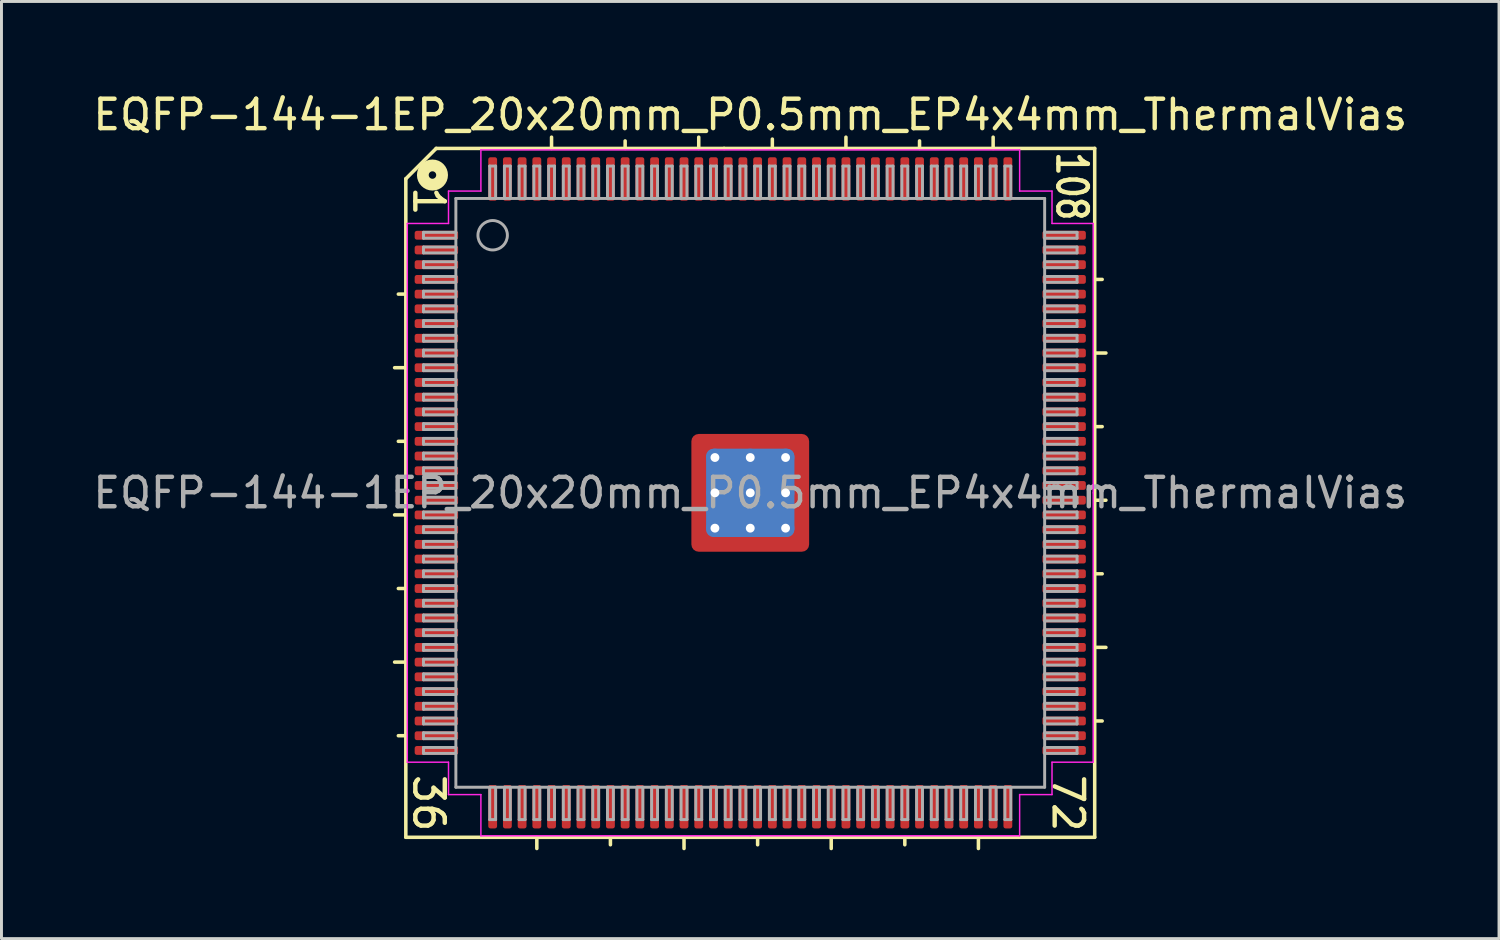
<source format=kicad_pcb>
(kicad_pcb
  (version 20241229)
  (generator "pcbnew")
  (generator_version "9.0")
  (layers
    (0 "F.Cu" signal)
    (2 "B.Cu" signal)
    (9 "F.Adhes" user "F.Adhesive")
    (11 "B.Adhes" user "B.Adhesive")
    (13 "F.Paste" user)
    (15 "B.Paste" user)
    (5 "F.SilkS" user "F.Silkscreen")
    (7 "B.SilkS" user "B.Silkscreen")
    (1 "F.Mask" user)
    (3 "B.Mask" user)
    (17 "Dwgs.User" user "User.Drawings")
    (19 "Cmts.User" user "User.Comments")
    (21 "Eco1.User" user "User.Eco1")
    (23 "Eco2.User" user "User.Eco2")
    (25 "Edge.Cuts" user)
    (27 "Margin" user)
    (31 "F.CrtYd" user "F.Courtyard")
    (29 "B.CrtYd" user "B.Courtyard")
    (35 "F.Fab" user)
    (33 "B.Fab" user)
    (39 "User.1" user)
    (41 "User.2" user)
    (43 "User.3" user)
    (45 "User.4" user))
  (footprint "EQFP-144-1EP_20x20mm_P0.5mm_EP4x4mm_ThermalVias"
    (layer "F.Cu")
    (at 22.435 13.691)
    (property "Reference" "EQFP-144-1EP_20x20mm_P0.5mm_EP4x4mm_ThermalVias" (at 0 -12.843 0) (layer "F.SilkS") (effects (font (size 1 1) (thickness 0.15))))
    (attr smd)
    (fp_line (start -11.7 -10.668) (end -11.7 11.7) (stroke (width 0.12) (type solid)) (layer "F.SilkS"))
    (fp_line (start -11.7 -6.75) (end -11.954 -6.75) (stroke (width 0.12) (type solid)) (layer "F.SilkS"))
    (fp_line (start -11.7 -4.25) (end -12.081 -4.25) (stroke (width 0.12) (type solid)) (layer "F.SilkS"))
    (fp_line (start -11.7 -1.75) (end -11.954 -1.75) (stroke (width 0.12) (type solid)) (layer "F.SilkS"))
    (fp_line (start -11.7 0.75) (end -12.081 0.75) (stroke (width 0.12) (type solid)) (layer "F.SilkS"))
    (fp_line (start -11.7 3.25) (end -11.954 3.25) (stroke (width 0.12) (type solid)) (layer "F.SilkS"))
    (fp_line (start -11.7 5.75) (end -12.081 5.75) (stroke (width 0.12) (type solid)) (layer "F.SilkS"))
    (fp_line (start -11.7 8.25) (end -11.954 8.25) (stroke (width 0.12) (type solid)) (layer "F.SilkS"))
    (fp_line (start -11.7 11.7) (end 11.7 11.7) (stroke (width 0.12) (type solid)) (layer "F.SilkS"))
    (fp_line (start -10.668 -11.7) (end -11.7 -10.668) (stroke (width 0.12) (type solid)) (layer "F.SilkS"))
    (fp_line (start -7.25 11.7) (end -7.25 12.081) (stroke (width 0.12) (type solid)) (layer "F.SilkS"))
    (fp_line (start -6.75 -11.7) (end -6.75 -12.081) (stroke (width 0.12) (type solid)) (layer "F.SilkS"))
    (fp_line (start -4.75 11.7) (end -4.75 11.954) (stroke (width 0.12) (type solid)) (layer "F.SilkS"))
    (fp_line (start -4.25 -11.7) (end -4.25 -11.954) (stroke (width 0.12) (type solid)) (layer "F.SilkS"))
    (fp_line (start -2.25 11.7) (end -2.25 12.081) (stroke (width 0.12) (type solid)) (layer "F.SilkS"))
    (fp_line (start -1.75 -11.7) (end -1.75 -12.081) (stroke (width 0.12) (type solid)) (layer "F.SilkS"))
    (fp_line (start -0.889 -11.7) (end -10.668 -11.7) (stroke (width 0.12) (type solid)) (layer "F.SilkS"))
    (fp_line (start 0.25 11.7) (end 0.25 11.954) (stroke (width 0.12) (type solid)) (layer "F.SilkS"))
    (fp_line (start 0.75 -11.766) (end 0.75 -12.016) (stroke (width 0.12) (type solid)) (layer "F.SilkS"))
    (fp_line (start 2.75 11.7) (end 2.75 12.081) (stroke (width 0.12) (type solid)) (layer "F.SilkS"))
    (fp_line (start 3.25 -11.7) (end 3.25 -12.081) (stroke (width 0.12) (type solid)) (layer "F.SilkS"))
    (fp_line (start 5.25 11.7) (end 5.25 11.954) (stroke (width 0.12) (type solid)) (layer "F.SilkS"))
    (fp_line (start 5.75 -11.7) (end 5.75 -11.954) (stroke (width 0.12) (type solid)) (layer "F.SilkS"))
    (fp_line (start 7.75 11.7) (end 7.75 12.081) (stroke (width 0.12) (type solid)) (layer "F.SilkS"))
    (fp_line (start 8.25 -11.7) (end 8.25 -12.081) (stroke (width 0.12) (type solid)) (layer "F.SilkS"))
    (fp_line (start 11.7 -11.7) (end -0.889 -11.7) (stroke (width 0.12) (type solid)) (layer "F.SilkS"))
    (fp_line (start 11.7 -7.25) (end 11.954 -7.25) (stroke (width 0.12) (type solid)) (layer "F.SilkS"))
    (fp_line (start 11.7 -4.75) (end 12.081 -4.75) (stroke (width 0.12) (type solid)) (layer "F.SilkS"))
    (fp_line (start 11.7 -2.25) (end 11.954 -2.25) (stroke (width 0.12) (type solid)) (layer "F.SilkS"))
    (fp_line (start 11.7 0.25) (end 12.081 0.25) (stroke (width 0.12) (type solid)) (layer "F.SilkS"))
    (fp_line (start 11.7 2.75) (end 11.954 2.75) (stroke (width 0.12) (type solid)) (layer "F.SilkS"))
    (fp_line (start 11.7 5.25) (end 12.081 5.25) (stroke (width 0.12) (type solid)) (layer "F.SilkS"))
    (fp_line (start 11.7 7.75) (end 11.954 7.75) (stroke (width 0.12) (type solid)) (layer "F.SilkS"))
    (fp_line (start 11.7 11.7) (end 11.7 -11.7) (stroke (width 0.12) (type solid)) (layer "F.SilkS"))
    (fp_circle (center -10.795 -10.795) (end -10.668 -10.795) (stroke (width 0.4) (type solid)) (fill no) (layer "F.SilkS"))
    (fp_line (start -11.65 -9.15) (end -11.65 0) (stroke (width 0.05) (type solid)) (layer "F.CrtYd"))
    (fp_line (start -11.65 9.15) (end -11.65 0) (stroke (width 0.05) (type solid)) (layer "F.CrtYd"))
    (fp_line (start -10.25 -10.25) (end -10.25 -9.15) (stroke (width 0.05) (type solid)) (layer "F.CrtYd"))
    (fp_line (start -10.25 -9.15) (end -11.65 -9.15) (stroke (width 0.05) (type solid)) (layer "F.CrtYd"))
    (fp_line (start -10.25 9.15) (end -11.65 9.15) (stroke (width 0.05) (type solid)) (layer "F.CrtYd"))
    (fp_line (start -10.25 10.25) (end -10.25 9.15) (stroke (width 0.05) (type solid)) (layer "F.CrtYd"))
    (fp_line (start -9.15 -11.65) (end -9.15 -10.25) (stroke (width 0.05) (type solid)) (layer "F.CrtYd"))
    (fp_line (start -9.15 -10.25) (end -10.25 -10.25) (stroke (width 0.05) (type solid)) (layer "F.CrtYd"))
    (fp_line (start -9.15 10.25) (end -10.25 10.25) (stroke (width 0.05) (type solid)) (layer "F.CrtYd"))
    (fp_line (start -9.15 11.65) (end -9.15 10.25) (stroke (width 0.05) (type solid)) (layer "F.CrtYd"))
    (fp_line (start 0 -11.65) (end -9.15 -11.65) (stroke (width 0.05) (type solid)) (layer "F.CrtYd"))
    (fp_line (start 0 -11.65) (end 9.15 -11.65) (stroke (width 0.05) (type solid)) (layer "F.CrtYd"))
    (fp_line (start 0 11.65) (end -9.15 11.65) (stroke (width 0.05) (type solid)) (layer "F.CrtYd"))
    (fp_line (start 0 11.65) (end 9.15 11.65) (stroke (width 0.05) (type solid)) (layer "F.CrtYd"))
    (fp_line (start 9.15 -11.65) (end 9.15 -10.25) (stroke (width 0.05) (type solid)) (layer "F.CrtYd"))
    (fp_line (start 9.15 -10.25) (end 10.25 -10.25) (stroke (width 0.05) (type solid)) (layer "F.CrtYd"))
    (fp_line (start 9.15 10.25) (end 10.25 10.25) (stroke (width 0.05) (type solid)) (layer "F.CrtYd"))
    (fp_line (start 9.15 11.65) (end 9.15 10.25) (stroke (width 0.05) (type solid)) (layer "F.CrtYd"))
    (fp_line (start 10.25 -10.25) (end 10.25 -9.15) (stroke (width 0.05) (type solid)) (layer "F.CrtYd"))
    (fp_line (start 10.25 -9.15) (end 11.65 -9.15) (stroke (width 0.05) (type solid)) (layer "F.CrtYd"))
    (fp_line (start 10.25 9.15) (end 11.65 9.15) (stroke (width 0.05) (type solid)) (layer "F.CrtYd"))
    (fp_line (start 10.25 10.25) (end 10.25 9.15) (stroke (width 0.05) (type solid)) (layer "F.CrtYd"))
    (fp_line (start 11.65 -9.15) (end 11.65 0) (stroke (width 0.05) (type solid)) (layer "F.CrtYd"))
    (fp_line (start 11.65 9.15) (end 11.65 0) (stroke (width 0.05) (type solid)) (layer "F.CrtYd"))
    (fp_line (start -11.1 -8.85) (end -11.1 -8.65) (stroke (width 0.1) (type solid)) (layer "F.Fab"))
    (fp_line (start -11.1 -8.85) (end -10 -8.85) (stroke (width 0.1) (type solid)) (layer "F.Fab"))
    (fp_line (start -11.1 -8.65) (end -10 -8.65) (stroke (width 0.1) (type solid)) (layer "F.Fab"))
    (fp_line (start -11.1 -8.35) (end -11.1 -8.15) (stroke (width 0.1) (type solid)) (layer "F.Fab"))
    (fp_line (start -11.1 -8.35) (end -10 -8.35) (stroke (width 0.1) (type solid)) (layer "F.Fab"))
    (fp_line (start -11.1 -8.15) (end -10 -8.15) (stroke (width 0.1) (type solid)) (layer "F.Fab"))
    (fp_line (start -11.1 -7.85) (end -11.1 -7.65) (stroke (width 0.1) (type solid)) (layer "F.Fab"))
    (fp_line (start -11.1 -7.85) (end -10 -7.85) (stroke (width 0.1) (type solid)) (layer "F.Fab"))
    (fp_line (start -11.1 -7.65) (end -10 -7.65) (stroke (width 0.1) (type solid)) (layer "F.Fab"))
    (fp_line (start -11.1 -7.35) (end -11.1 -7.15) (stroke (width 0.1) (type solid)) (layer "F.Fab"))
    (fp_line (start -11.1 -7.35) (end -10 -7.35) (stroke (width 0.1) (type solid)) (layer "F.Fab"))
    (fp_line (start -11.1 -7.15) (end -10 -7.15) (stroke (width 0.1) (type solid)) (layer "F.Fab"))
    (fp_line (start -11.1 -6.85) (end -11.1 -6.65) (stroke (width 0.1) (type solid)) (layer "F.Fab"))
    (fp_line (start -11.1 -6.85) (end -10 -6.85) (stroke (width 0.1) (type solid)) (layer "F.Fab"))
    (fp_line (start -11.1 -6.65) (end -10 -6.65) (stroke (width 0.1) (type solid)) (layer "F.Fab"))
    (fp_line (start -11.1 -6.35) (end -11.1 -6.15) (stroke (width 0.1) (type solid)) (layer "F.Fab"))
    (fp_line (start -11.1 -6.35) (end -10 -6.35) (stroke (width 0.1) (type solid)) (layer "F.Fab"))
    (fp_line (start -11.1 -6.15) (end -10 -6.15) (stroke (width 0.1) (type solid)) (layer "F.Fab"))
    (fp_line (start -11.1 -5.85) (end -11.1 -5.65) (stroke (width 0.1) (type solid)) (layer "F.Fab"))
    (fp_line (start -11.1 -5.85) (end -10 -5.85) (stroke (width 0.1) (type solid)) (layer "F.Fab"))
    (fp_line (start -11.1 -5.65) (end -10 -5.65) (stroke (width 0.1) (type solid)) (layer "F.Fab"))
    (fp_line (start -11.1 -5.35) (end -11.1 -5.15) (stroke (width 0.1) (type solid)) (layer "F.Fab"))
    (fp_line (start -11.1 -5.35) (end -10 -5.35) (stroke (width 0.1) (type solid)) (layer "F.Fab"))
    (fp_line (start -11.1 -5.15) (end -10 -5.15) (stroke (width 0.1) (type solid)) (layer "F.Fab"))
    (fp_line (start -11.1 -4.85) (end -11.1 -4.65) (stroke (width 0.1) (type solid)) (layer "F.Fab"))
    (fp_line (start -11.1 -4.85) (end -10 -4.85) (stroke (width 0.1) (type solid)) (layer "F.Fab"))
    (fp_line (start -11.1 -4.65) (end -10 -4.65) (stroke (width 0.1) (type solid)) (layer "F.Fab"))
    (fp_line (start -11.1 -4.35) (end -11.1 -4.15) (stroke (width 0.1) (type solid)) (layer "F.Fab"))
    (fp_line (start -11.1 -4.35) (end -10 -4.35) (stroke (width 0.1) (type solid)) (layer "F.Fab"))
    (fp_line (start -11.1 -4.15) (end -10 -4.15) (stroke (width 0.1) (type solid)) (layer "F.Fab"))
    (fp_line (start -11.1 -3.85) (end -11.1 -3.65) (stroke (width 0.1) (type solid)) (layer "F.Fab"))
    (fp_line (start -11.1 -3.85) (end -10 -3.85) (stroke (width 0.1) (type solid)) (layer "F.Fab"))
    (fp_line (start -11.1 -3.65) (end -10 -3.65) (stroke (width 0.1) (type solid)) (layer "F.Fab"))
    (fp_line (start -11.1 -3.35) (end -11.1 -3.15) (stroke (width 0.1) (type solid)) (layer "F.Fab"))
    (fp_line (start -11.1 -3.35) (end -10 -3.35) (stroke (width 0.1) (type solid)) (layer "F.Fab"))
    (fp_line (start -11.1 -3.15) (end -10 -3.15) (stroke (width 0.1) (type solid)) (layer "F.Fab"))
    (fp_line (start -11.1 -2.85) (end -11.1 -2.65) (stroke (width 0.1) (type solid)) (layer "F.Fab"))
    (fp_line (start -11.1 -2.85) (end -10 -2.85) (stroke (width 0.1) (type solid)) (layer "F.Fab"))
    (fp_line (start -11.1 -2.65) (end -10 -2.65) (stroke (width 0.1) (type solid)) (layer "F.Fab"))
    (fp_line (start -11.1 -2.35) (end -11.1 -2.15) (stroke (width 0.1) (type solid)) (layer "F.Fab"))
    (fp_line (start -11.1 -2.35) (end -10 -2.35) (stroke (width 0.1) (type solid)) (layer "F.Fab"))
    (fp_line (start -11.1 -2.15) (end -10 -2.15) (stroke (width 0.1) (type solid)) (layer "F.Fab"))
    (fp_line (start -11.1 -1.85) (end -11.1 -1.65) (stroke (width 0.1) (type solid)) (layer "F.Fab"))
    (fp_line (start -11.1 -1.85) (end -10 -1.85) (stroke (width 0.1) (type solid)) (layer "F.Fab"))
    (fp_line (start -11.1 -1.65) (end -10 -1.65) (stroke (width 0.1) (type solid)) (layer "F.Fab"))
    (fp_line (start -11.1 -1.35) (end -11.1 -1.15) (stroke (width 0.1) (type solid)) (layer "F.Fab"))
    (fp_line (start -11.1 -1.35) (end -10 -1.35) (stroke (width 0.1) (type solid)) (layer "F.Fab"))
    (fp_line (start -11.1 -1.15) (end -10 -1.15) (stroke (width 0.1) (type solid)) (layer "F.Fab"))
    (fp_line (start -11.1 -0.85) (end -11.1 -0.65) (stroke (width 0.1) (type solid)) (layer "F.Fab"))
    (fp_line (start -11.1 -0.85) (end -10 -0.85) (stroke (width 0.1) (type solid)) (layer "F.Fab"))
    (fp_line (start -11.1 -0.65) (end -10 -0.65) (stroke (width 0.1) (type solid)) (layer "F.Fab"))
    (fp_line (start -11.1 -0.35) (end -11.1 -0.15) (stroke (width 0.1) (type solid)) (layer "F.Fab"))
    (fp_line (start -11.1 -0.35) (end -10 -0.35) (stroke (width 0.1) (type solid)) (layer "F.Fab"))
    (fp_line (start -11.1 -0.15) (end -10 -0.15) (stroke (width 0.1) (type solid)) (layer "F.Fab"))
    (fp_line (start -11.1 0.15) (end -11.1 0.35) (stroke (width 0.1) (type solid)) (layer "F.Fab"))
    (fp_line (start -11.1 0.15) (end -10 0.15) (stroke (width 0.1) (type solid)) (layer "F.Fab"))
    (fp_line (start -11.1 0.35) (end -10 0.35) (stroke (width 0.1) (type solid)) (layer "F.Fab"))
    (fp_line (start -11.1 0.65) (end -11.1 0.85) (stroke (width 0.1) (type solid)) (layer "F.Fab"))
    (fp_line (start -11.1 0.65) (end -10 0.65) (stroke (width 0.1) (type solid)) (layer "F.Fab"))
    (fp_line (start -11.1 0.85) (end -10 0.85) (stroke (width 0.1) (type solid)) (layer "F.Fab"))
    (fp_line (start -11.1 1.15) (end -11.1 1.35) (stroke (width 0.1) (type solid)) (layer "F.Fab"))
    (fp_line (start -11.1 1.15) (end -10 1.15) (stroke (width 0.1) (type solid)) (layer "F.Fab"))
    (fp_line (start -11.1 1.35) (end -10 1.35) (stroke (width 0.1) (type solid)) (layer "F.Fab"))
    (fp_line (start -11.1 1.65) (end -11.1 1.85) (stroke (width 0.1) (type solid)) (layer "F.Fab"))
    (fp_line (start -11.1 1.65) (end -10 1.65) (stroke (width 0.1) (type solid)) (layer "F.Fab"))
    (fp_line (start -11.1 1.85) (end -10 1.85) (stroke (width 0.1) (type solid)) (layer "F.Fab"))
    (fp_line (start -11.1 2.15) (end -11.1 2.35) (stroke (width 0.1) (type solid)) (layer "F.Fab"))
    (fp_line (start -11.1 2.15) (end -10 2.15) (stroke (width 0.1) (type solid)) (layer "F.Fab"))
    (fp_line (start -11.1 2.35) (end -10 2.35) (stroke (width 0.1) (type solid)) (layer "F.Fab"))
    (fp_line (start -11.1 2.65) (end -11.1 2.85) (stroke (width 0.1) (type solid)) (layer "F.Fab"))
    (fp_line (start -11.1 2.65) (end -10 2.65) (stroke (width 0.1) (type solid)) (layer "F.Fab"))
    (fp_line (start -11.1 2.85) (end -10 2.85) (stroke (width 0.1) (type solid)) (layer "F.Fab"))
    (fp_line (start -11.1 3.15) (end -11.1 3.35) (stroke (width 0.1) (type solid)) (layer "F.Fab"))
    (fp_line (start -11.1 3.15) (end -10 3.15) (stroke (width 0.1) (type solid)) (layer "F.Fab"))
    (fp_line (start -11.1 3.35) (end -10 3.35) (stroke (width 0.1) (type solid)) (layer "F.Fab"))
    (fp_line (start -11.1 3.65) (end -11.1 3.85) (stroke (width 0.1) (type solid)) (layer "F.Fab"))
    (fp_line (start -11.1 3.65) (end -10 3.65) (stroke (width 0.1) (type solid)) (layer "F.Fab"))
    (fp_line (start -11.1 3.85) (end -10 3.85) (stroke (width 0.1) (type solid)) (layer "F.Fab"))
    (fp_line (start -11.1 4.15) (end -11.1 4.35) (stroke (width 0.1) (type solid)) (layer "F.Fab"))
    (fp_line (start -11.1 4.15) (end -10 4.15) (stroke (width 0.1) (type solid)) (layer "F.Fab"))
    (fp_line (start -11.1 4.35) (end -10 4.35) (stroke (width 0.1) (type solid)) (layer "F.Fab"))
    (fp_line (start -11.1 4.65) (end -11.1 4.85) (stroke (width 0.1) (type solid)) (layer "F.Fab"))
    (fp_line (start -11.1 4.65) (end -10 4.65) (stroke (width 0.1) (type solid)) (layer "F.Fab"))
    (fp_line (start -11.1 4.85) (end -10 4.85) (stroke (width 0.1) (type solid)) (layer "F.Fab"))
    (fp_line (start -11.1 5.15) (end -11.1 5.35) (stroke (width 0.1) (type solid)) (layer "F.Fab"))
    (fp_line (start -11.1 5.15) (end -10 5.15) (stroke (width 0.1) (type solid)) (layer "F.Fab"))
    (fp_line (start -11.1 5.35) (end -10 5.35) (stroke (width 0.1) (type solid)) (layer "F.Fab"))
    (fp_line (start -11.1 5.65) (end -11.1 5.85) (stroke (width 0.1) (type solid)) (layer "F.Fab"))
    (fp_line (start -11.1 5.65) (end -10 5.65) (stroke (width 0.1) (type solid)) (layer "F.Fab"))
    (fp_line (start -11.1 5.85) (end -10 5.85) (stroke (width 0.1) (type solid)) (layer "F.Fab"))
    (fp_line (start -11.1 6.15) (end -11.1 6.35) (stroke (width 0.1) (type solid)) (layer "F.Fab"))
    (fp_line (start -11.1 6.15) (end -10 6.15) (stroke (width 0.1) (type solid)) (layer "F.Fab"))
    (fp_line (start -11.1 6.35) (end -10 6.35) (stroke (width 0.1) (type solid)) (layer "F.Fab"))
    (fp_line (start -11.1 6.65) (end -11.1 6.85) (stroke (width 0.1) (type solid)) (layer "F.Fab"))
    (fp_line (start -11.1 6.65) (end -10 6.65) (stroke (width 0.1) (type solid)) (layer "F.Fab"))
    (fp_line (start -11.1 6.85) (end -10 6.85) (stroke (width 0.1) (type solid)) (layer "F.Fab"))
    (fp_line (start -11.1 7.15) (end -11.1 7.35) (stroke (width 0.1) (type solid)) (layer "F.Fab"))
    (fp_line (start -11.1 7.15) (end -10 7.15) (stroke (width 0.1) (type solid)) (layer "F.Fab"))
    (fp_line (start -11.1 7.35) (end -10 7.35) (stroke (width 0.1) (type solid)) (layer "F.Fab"))
    (fp_line (start -11.1 7.65) (end -11.1 7.85) (stroke (width 0.1) (type solid)) (layer "F.Fab"))
    (fp_line (start -11.1 7.65) (end -10 7.65) (stroke (width 0.1) (type solid)) (layer "F.Fab"))
    (fp_line (start -11.1 7.85) (end -10 7.85) (stroke (width 0.1) (type solid)) (layer "F.Fab"))
    (fp_line (start -11.1 8.15) (end -11.1 8.35) (stroke (width 0.1) (type solid)) (layer "F.Fab"))
    (fp_line (start -11.1 8.15) (end -10 8.15) (stroke (width 0.1) (type solid)) (layer "F.Fab"))
    (fp_line (start -11.1 8.35) (end -10 8.35) (stroke (width 0.1) (type solid)) (layer "F.Fab"))
    (fp_line (start -11.1 8.65) (end -11.1 8.85) (stroke (width 0.1) (type solid)) (layer "F.Fab"))
    (fp_line (start -11.1 8.65) (end -10 8.65) (stroke (width 0.1) (type solid)) (layer "F.Fab"))
    (fp_line (start -11.1 8.85) (end -10 8.85) (stroke (width 0.1) (type solid)) (layer "F.Fab"))
    (fp_line (start -10 -10) (end 10 -10) (stroke (width 0.1) (type solid)) (layer "F.Fab"))
    (fp_line (start -10 10) (end -10 -10) (stroke (width 0.1) (type solid)) (layer "F.Fab"))
    (fp_line (start -8.85 -11.1) (end -8.85 -10) (stroke (width 0.1) (type solid)) (layer "F.Fab"))
    (fp_line (start -8.85 11.1) (end -8.85 10) (stroke (width 0.1) (type solid)) (layer "F.Fab"))
    (fp_line (start -8.85 11.1) (end -8.65 11.1) (stroke (width 0.1) (type solid)) (layer "F.Fab"))
    (fp_line (start -8.65 -11.1) (end -8.85 -11.1) (stroke (width 0.1) (type solid)) (layer "F.Fab"))
    (fp_line (start -8.65 -11.1) (end -8.65 -10) (stroke (width 0.1) (type solid)) (layer "F.Fab"))
    (fp_line (start -8.65 11.1) (end -8.65 10) (stroke (width 0.1) (type solid)) (layer "F.Fab"))
    (fp_line (start -8.35 -11.1) (end -8.35 -10) (stroke (width 0.1) (type solid)) (layer "F.Fab"))
    (fp_line (start -8.35 11.1) (end -8.35 10) (stroke (width 0.1) (type solid)) (layer "F.Fab"))
    (fp_line (start -8.35 11.1) (end -8.15 11.1) (stroke (width 0.1) (type solid)) (layer "F.Fab"))
    (fp_line (start -8.15 -11.1) (end -8.35 -11.1) (stroke (width 0.1) (type solid)) (layer "F.Fab"))
    (fp_line (start -8.15 -11.1) (end -8.15 -10) (stroke (width 0.1) (type solid)) (layer "F.Fab"))
    (fp_line (start -8.15 11.1) (end -8.15 10) (stroke (width 0.1) (type solid)) (layer "F.Fab"))
    (fp_line (start -7.85 -11.1) (end -7.85 -10) (stroke (width 0.1) (type solid)) (layer "F.Fab"))
    (fp_line (start -7.85 11.1) (end -7.85 10) (stroke (width 0.1) (type solid)) (layer "F.Fab"))
    (fp_line (start -7.85 11.1) (end -7.65 11.1) (stroke (width 0.1) (type solid)) (layer "F.Fab"))
    (fp_line (start -7.65 -11.1) (end -7.85 -11.1) (stroke (width 0.1) (type solid)) (layer "F.Fab"))
    (fp_line (start -7.65 -11.1) (end -7.65 -10) (stroke (width 0.1) (type solid)) (layer "F.Fab"))
    (fp_line (start -7.65 11.1) (end -7.65 10) (stroke (width 0.1) (type solid)) (layer "F.Fab"))
    (fp_line (start -7.35 -11.1) (end -7.35 -10) (stroke (width 0.1) (type solid)) (layer "F.Fab"))
    (fp_line (start -7.35 11.1) (end -7.35 10) (stroke (width 0.1) (type solid)) (layer "F.Fab"))
    (fp_line (start -7.35 11.1) (end -7.15 11.1) (stroke (width 0.1) (type solid)) (layer "F.Fab"))
    (fp_line (start -7.15 -11.1) (end -7.35 -11.1) (stroke (width 0.1) (type solid)) (layer "F.Fab"))
    (fp_line (start -7.15 -11.1) (end -7.15 -10) (stroke (width 0.1) (type solid)) (layer "F.Fab"))
    (fp_line (start -7.15 11.1) (end -7.15 10) (stroke (width 0.1) (type solid)) (layer "F.Fab"))
    (fp_line (start -6.85 -11.1) (end -6.85 -10) (stroke (width 0.1) (type solid)) (layer "F.Fab"))
    (fp_line (start -6.85 11.1) (end -6.85 10) (stroke (width 0.1) (type solid)) (layer "F.Fab"))
    (fp_line (start -6.85 11.1) (end -6.65 11.1) (stroke (width 0.1) (type solid)) (layer "F.Fab"))
    (fp_line (start -6.65 -11.1) (end -6.85 -11.1) (stroke (width 0.1) (type solid)) (layer "F.Fab"))
    (fp_line (start -6.65 -11.1) (end -6.65 -10) (stroke (width 0.1) (type solid)) (layer "F.Fab"))
    (fp_line (start -6.65 11.1) (end -6.65 10) (stroke (width 0.1) (type solid)) (layer "F.Fab"))
    (fp_line (start -6.35 -11.1) (end -6.35 -10) (stroke (width 0.1) (type solid)) (layer "F.Fab"))
    (fp_line (start -6.35 11.1) (end -6.35 10) (stroke (width 0.1) (type solid)) (layer "F.Fab"))
    (fp_line (start -6.35 11.1) (end -6.15 11.1) (stroke (width 0.1) (type solid)) (layer "F.Fab"))
    (fp_line (start -6.15 -11.1) (end -6.35 -11.1) (stroke (width 0.1) (type solid)) (layer "F.Fab"))
    (fp_line (start -6.15 -11.1) (end -6.15 -10) (stroke (width 0.1) (type solid)) (layer "F.Fab"))
    (fp_line (start -6.15 11.1) (end -6.15 10) (stroke (width 0.1) (type solid)) (layer "F.Fab"))
    (fp_line (start -5.85 -11.1) (end -5.85 -10) (stroke (width 0.1) (type solid)) (layer "F.Fab"))
    (fp_line (start -5.85 11.1) (end -5.85 10) (stroke (width 0.1) (type solid)) (layer "F.Fab"))
    (fp_line (start -5.85 11.1) (end -5.65 11.1) (stroke (width 0.1) (type solid)) (layer "F.Fab"))
    (fp_line (start -5.65 -11.1) (end -5.85 -11.1) (stroke (width 0.1) (type solid)) (layer "F.Fab"))
    (fp_line (start -5.65 -11.1) (end -5.65 -10) (stroke (width 0.1) (type solid)) (layer "F.Fab"))
    (fp_line (start -5.65 11.1) (end -5.65 10) (stroke (width 0.1) (type solid)) (layer "F.Fab"))
    (fp_line (start -5.35 -11.1) (end -5.35 -10) (stroke (width 0.1) (type solid)) (layer "F.Fab"))
    (fp_line (start -5.35 11.1) (end -5.35 10) (stroke (width 0.1) (type solid)) (layer "F.Fab"))
    (fp_line (start -5.35 11.1) (end -5.15 11.1) (stroke (width 0.1) (type solid)) (layer "F.Fab"))
    (fp_line (start -5.15 -11.1) (end -5.35 -11.1) (stroke (width 0.1) (type solid)) (layer "F.Fab"))
    (fp_line (start -5.15 -11.1) (end -5.15 -10) (stroke (width 0.1) (type solid)) (layer "F.Fab"))
    (fp_line (start -5.15 11.1) (end -5.15 10) (stroke (width 0.1) (type solid)) (layer "F.Fab"))
    (fp_line (start -4.85 -11.1) (end -4.85 -10) (stroke (width 0.1) (type solid)) (layer "F.Fab"))
    (fp_line (start -4.85 11.1) (end -4.85 10) (stroke (width 0.1) (type solid)) (layer "F.Fab"))
    (fp_line (start -4.85 11.1) (end -4.65 11.1) (stroke (width 0.1) (type solid)) (layer "F.Fab"))
    (fp_line (start -4.65 -11.1) (end -4.85 -11.1) (stroke (width 0.1) (type solid)) (layer "F.Fab"))
    (fp_line (start -4.65 -11.1) (end -4.65 -10) (stroke (width 0.1) (type solid)) (layer "F.Fab"))
    (fp_line (start -4.65 11.1) (end -4.65 10) (stroke (width 0.1) (type solid)) (layer "F.Fab"))
    (fp_line (start -4.35 -11.1) (end -4.35 -10) (stroke (width 0.1) (type solid)) (layer "F.Fab"))
    (fp_line (start -4.35 11.1) (end -4.35 10) (stroke (width 0.1) (type solid)) (layer "F.Fab"))
    (fp_line (start -4.35 11.1) (end -4.15 11.1) (stroke (width 0.1) (type solid)) (layer "F.Fab"))
    (fp_line (start -4.15 -11.1) (end -4.35 -11.1) (stroke (width 0.1) (type solid)) (layer "F.Fab"))
    (fp_line (start -4.15 -11.1) (end -4.15 -10) (stroke (width 0.1) (type solid)) (layer "F.Fab"))
    (fp_line (start -4.15 11.1) (end -4.15 10) (stroke (width 0.1) (type solid)) (layer "F.Fab"))
    (fp_line (start -3.85 -11.1) (end -3.85 -10) (stroke (width 0.1) (type solid)) (layer "F.Fab"))
    (fp_line (start -3.85 11.1) (end -3.85 10) (stroke (width 0.1) (type solid)) (layer "F.Fab"))
    (fp_line (start -3.85 11.1) (end -3.65 11.1) (stroke (width 0.1) (type solid)) (layer "F.Fab"))
    (fp_line (start -3.65 -11.1) (end -3.85 -11.1) (stroke (width 0.1) (type solid)) (layer "F.Fab"))
    (fp_line (start -3.65 -11.1) (end -3.65 -10) (stroke (width 0.1) (type solid)) (layer "F.Fab"))
    (fp_line (start -3.65 11.1) (end -3.65 10) (stroke (width 0.1) (type solid)) (layer "F.Fab"))
    (fp_line (start -3.35 -11.1) (end -3.35 -10) (stroke (width 0.1) (type solid)) (layer "F.Fab"))
    (fp_line (start -3.35 11.1) (end -3.35 10) (stroke (width 0.1) (type solid)) (layer "F.Fab"))
    (fp_line (start -3.35 11.1) (end -3.15 11.1) (stroke (width 0.1) (type solid)) (layer "F.Fab"))
    (fp_line (start -3.15 -11.1) (end -3.35 -11.1) (stroke (width 0.1) (type solid)) (layer "F.Fab"))
    (fp_line (start -3.15 -11.1) (end -3.15 -10) (stroke (width 0.1) (type solid)) (layer "F.Fab"))
    (fp_line (start -3.15 11.1) (end -3.15 10) (stroke (width 0.1) (type solid)) (layer "F.Fab"))
    (fp_line (start -2.85 -11.1) (end -2.85 -10) (stroke (width 0.1) (type solid)) (layer "F.Fab"))
    (fp_line (start -2.85 11.1) (end -2.85 10) (stroke (width 0.1) (type solid)) (layer "F.Fab"))
    (fp_line (start -2.85 11.1) (end -2.65 11.1) (stroke (width 0.1) (type solid)) (layer "F.Fab"))
    (fp_line (start -2.65 -11.1) (end -2.85 -11.1) (stroke (width 0.1) (type solid)) (layer "F.Fab"))
    (fp_line (start -2.65 -11.1) (end -2.65 -10) (stroke (width 0.1) (type solid)) (layer "F.Fab"))
    (fp_line (start -2.65 11.1) (end -2.65 10) (stroke (width 0.1) (type solid)) (layer "F.Fab"))
    (fp_line (start -2.35 -11.1) (end -2.35 -10) (stroke (width 0.1) (type solid)) (layer "F.Fab"))
    (fp_line (start -2.35 11.1) (end -2.35 10) (stroke (width 0.1) (type solid)) (layer "F.Fab"))
    (fp_line (start -2.35 11.1) (end -2.15 11.1) (stroke (width 0.1) (type solid)) (layer "F.Fab"))
    (fp_line (start -2.15 -11.1) (end -2.35 -11.1) (stroke (width 0.1) (type solid)) (layer "F.Fab"))
    (fp_line (start -2.15 -11.1) (end -2.15 -10) (stroke (width 0.1) (type solid)) (layer "F.Fab"))
    (fp_line (start -2.15 11.1) (end -2.15 10) (stroke (width 0.1) (type solid)) (layer "F.Fab"))
    (fp_line (start -1.85 -11.1) (end -1.85 -10) (stroke (width 0.1) (type solid)) (layer "F.Fab"))
    (fp_line (start -1.85 11.1) (end -1.85 10) (stroke (width 0.1) (type solid)) (layer "F.Fab"))
    (fp_line (start -1.85 11.1) (end -1.65 11.1) (stroke (width 0.1) (type solid)) (layer "F.Fab"))
    (fp_line (start -1.65 -11.1) (end -1.85 -11.1) (stroke (width 0.1) (type solid)) (layer "F.Fab"))
    (fp_line (start -1.65 -11.1) (end -1.65 -10) (stroke (width 0.1) (type solid)) (layer "F.Fab"))
    (fp_line (start -1.65 11.1) (end -1.65 10) (stroke (width 0.1) (type solid)) (layer "F.Fab"))
    (fp_line (start -1.35 -11.1) (end -1.35 -10) (stroke (width 0.1) (type solid)) (layer "F.Fab"))
    (fp_line (start -1.35 11.1) (end -1.35 10) (stroke (width 0.1) (type solid)) (layer "F.Fab"))
    (fp_line (start -1.35 11.1) (end -1.15 11.1) (stroke (width 0.1) (type solid)) (layer "F.Fab"))
    (fp_line (start -1.15 -11.1) (end -1.35 -11.1) (stroke (width 0.1) (type solid)) (layer "F.Fab"))
    (fp_line (start -1.15 -11.1) (end -1.15 -10) (stroke (width 0.1) (type solid)) (layer "F.Fab"))
    (fp_line (start -1.15 11.1) (end -1.15 10) (stroke (width 0.1) (type solid)) (layer "F.Fab"))
    (fp_line (start -0.85 -11.1) (end -0.85 -10) (stroke (width 0.1) (type solid)) (layer "F.Fab"))
    (fp_line (start -0.85 11.1) (end -0.85 10) (stroke (width 0.1) (type solid)) (layer "F.Fab"))
    (fp_line (start -0.85 11.1) (end -0.65 11.1) (stroke (width 0.1) (type solid)) (layer "F.Fab"))
    (fp_line (start -0.65 -11.1) (end -0.85 -11.1) (stroke (width 0.1) (type solid)) (layer "F.Fab"))
    (fp_line (start -0.65 -11.1) (end -0.65 -10) (stroke (width 0.1) (type solid)) (layer "F.Fab"))
    (fp_line (start -0.65 11.1) (end -0.65 10) (stroke (width 0.1) (type solid)) (layer "F.Fab"))
    (fp_line (start -0.35 -11.1) (end -0.35 -10) (stroke (width 0.1) (type solid)) (layer "F.Fab"))
    (fp_line (start -0.35 11.1) (end -0.35 10) (stroke (width 0.1) (type solid)) (layer "F.Fab"))
    (fp_line (start -0.35 11.1) (end -0.15 11.1) (stroke (width 0.1) (type solid)) (layer "F.Fab"))
    (fp_line (start -0.15 -11.1) (end -0.35 -11.1) (stroke (width 0.1) (type solid)) (layer "F.Fab"))
    (fp_line (start -0.15 -11.1) (end -0.15 -10) (stroke (width 0.1) (type solid)) (layer "F.Fab"))
    (fp_line (start -0.15 11.1) (end -0.15 10) (stroke (width 0.1) (type solid)) (layer "F.Fab"))
    (fp_line (start 0.15 -11.1) (end 0.15 -10) (stroke (width 0.1) (type solid)) (layer "F.Fab"))
    (fp_line (start 0.15 11.1) (end 0.15 10) (stroke (width 0.1) (type solid)) (layer "F.Fab"))
    (fp_line (start 0.15 11.1) (end 0.35 11.1) (stroke (width 0.1) (type solid)) (layer "F.Fab"))
    (fp_line (start 0.35 -11.1) (end 0.15 -11.1) (stroke (width 0.1) (type solid)) (layer "F.Fab"))
    (fp_line (start 0.35 -11.1) (end 0.35 -10) (stroke (width 0.1) (type solid)) (layer "F.Fab"))
    (fp_line (start 0.35 11.1) (end 0.35 10) (stroke (width 0.1) (type solid)) (layer "F.Fab"))
    (fp_line (start 0.65 -11.1) (end 0.65 -10) (stroke (width 0.1) (type solid)) (layer "F.Fab"))
    (fp_line (start 0.65 11.1) (end 0.65 10) (stroke (width 0.1) (type solid)) (layer "F.Fab"))
    (fp_line (start 0.65 11.1) (end 0.85 11.1) (stroke (width 0.1) (type solid)) (layer "F.Fab"))
    (fp_line (start 0.85 -11.1) (end 0.65 -11.1) (stroke (width 0.1) (type solid)) (layer "F.Fab"))
    (fp_line (start 0.85 -11.1) (end 0.85 -10) (stroke (width 0.1) (type solid)) (layer "F.Fab"))
    (fp_line (start 0.85 11.1) (end 0.85 10) (stroke (width 0.1) (type solid)) (layer "F.Fab"))
    (fp_line (start 1.15 -11.1) (end 1.15 -10) (stroke (width 0.1) (type solid)) (layer "F.Fab"))
    (fp_line (start 1.15 11.1) (end 1.15 10) (stroke (width 0.1) (type solid)) (layer "F.Fab"))
    (fp_line (start 1.15 11.1) (end 1.35 11.1) (stroke (width 0.1) (type solid)) (layer "F.Fab"))
    (fp_line (start 1.35 -11.1) (end 1.15 -11.1) (stroke (width 0.1) (type solid)) (layer "F.Fab"))
    (fp_line (start 1.35 -11.1) (end 1.35 -10) (stroke (width 0.1) (type solid)) (layer "F.Fab"))
    (fp_line (start 1.35 11.1) (end 1.35 10) (stroke (width 0.1) (type solid)) (layer "F.Fab"))
    (fp_line (start 1.65 -11.1) (end 1.65 -10) (stroke (width 0.1) (type solid)) (layer "F.Fab"))
    (fp_line (start 1.65 11.1) (end 1.65 10) (stroke (width 0.1) (type solid)) (layer "F.Fab"))
    (fp_line (start 1.65 11.1) (end 1.85 11.1) (stroke (width 0.1) (type solid)) (layer "F.Fab"))
    (fp_line (start 1.85 -11.1) (end 1.65 -11.1) (stroke (width 0.1) (type solid)) (layer "F.Fab"))
    (fp_line (start 1.85 -11.1) (end 1.85 -10) (stroke (width 0.1) (type solid)) (layer "F.Fab"))
    (fp_line (start 1.85 11.1) (end 1.85 10) (stroke (width 0.1) (type solid)) (layer "F.Fab"))
    (fp_line (start 2.15 -11.1) (end 2.15 -10) (stroke (width 0.1) (type solid)) (layer "F.Fab"))
    (fp_line (start 2.15 11.1) (end 2.15 10) (stroke (width 0.1) (type solid)) (layer "F.Fab"))
    (fp_line (start 2.15 11.1) (end 2.35 11.1) (stroke (width 0.1) (type solid)) (layer "F.Fab"))
    (fp_line (start 2.35 -11.1) (end 2.15 -11.1) (stroke (width 0.1) (type solid)) (layer "F.Fab"))
    (fp_line (start 2.35 -11.1) (end 2.35 -10) (stroke (width 0.1) (type solid)) (layer "F.Fab"))
    (fp_line (start 2.35 11.1) (end 2.35 10) (stroke (width 0.1) (type solid)) (layer "F.Fab"))
    (fp_line (start 2.65 -11.1) (end 2.65 -10) (stroke (width 0.1) (type solid)) (layer "F.Fab"))
    (fp_line (start 2.65 11.1) (end 2.65 10) (stroke (width 0.1) (type solid)) (layer "F.Fab"))
    (fp_line (start 2.65 11.1) (end 2.85 11.1) (stroke (width 0.1) (type solid)) (layer "F.Fab"))
    (fp_line (start 2.85 -11.1) (end 2.65 -11.1) (stroke (width 0.1) (type solid)) (layer "F.Fab"))
    (fp_line (start 2.85 -11.1) (end 2.85 -10) (stroke (width 0.1) (type solid)) (layer "F.Fab"))
    (fp_line (start 2.85 11.1) (end 2.85 10) (stroke (width 0.1) (type solid)) (layer "F.Fab"))
    (fp_line (start 3.15 -11.1) (end 3.15 -10) (stroke (width 0.1) (type solid)) (layer "F.Fab"))
    (fp_line (start 3.15 11.1) (end 3.15 10) (stroke (width 0.1) (type solid)) (layer "F.Fab"))
    (fp_line (start 3.15 11.1) (end 3.35 11.1) (stroke (width 0.1) (type solid)) (layer "F.Fab"))
    (fp_line (start 3.35 -11.1) (end 3.15 -11.1) (stroke (width 0.1) (type solid)) (layer "F.Fab"))
    (fp_line (start 3.35 -11.1) (end 3.35 -10) (stroke (width 0.1) (type solid)) (layer "F.Fab"))
    (fp_line (start 3.35 11.1) (end 3.35 10) (stroke (width 0.1) (type solid)) (layer "F.Fab"))
    (fp_line (start 3.65 -11.1) (end 3.65 -10) (stroke (width 0.1) (type solid)) (layer "F.Fab"))
    (fp_line (start 3.65 11.1) (end 3.65 10) (stroke (width 0.1) (type solid)) (layer "F.Fab"))
    (fp_line (start 3.65 11.1) (end 3.85 11.1) (stroke (width 0.1) (type solid)) (layer "F.Fab"))
    (fp_line (start 3.85 -11.1) (end 3.65 -11.1) (stroke (width 0.1) (type solid)) (layer "F.Fab"))
    (fp_line (start 3.85 -11.1) (end 3.85 -10) (stroke (width 0.1) (type solid)) (layer "F.Fab"))
    (fp_line (start 3.85 11.1) (end 3.85 10) (stroke (width 0.1) (type solid)) (layer "F.Fab"))
    (fp_line (start 4.15 -11.1) (end 4.15 -10) (stroke (width 0.1) (type solid)) (layer "F.Fab"))
    (fp_line (start 4.15 11.1) (end 4.15 10) (stroke (width 0.1) (type solid)) (layer "F.Fab"))
    (fp_line (start 4.15 11.1) (end 4.35 11.1) (stroke (width 0.1) (type solid)) (layer "F.Fab"))
    (fp_line (start 4.35 -11.1) (end 4.15 -11.1) (stroke (width 0.1) (type solid)) (layer "F.Fab"))
    (fp_line (start 4.35 -11.1) (end 4.35 -10) (stroke (width 0.1) (type solid)) (layer "F.Fab"))
    (fp_line (start 4.35 11.1) (end 4.35 10) (stroke (width 0.1) (type solid)) (layer "F.Fab"))
    (fp_line (start 4.65 -11.1) (end 4.65 -10) (stroke (width 0.1) (type solid)) (layer "F.Fab"))
    (fp_line (start 4.65 11.1) (end 4.65 10) (stroke (width 0.1) (type solid)) (layer "F.Fab"))
    (fp_line (start 4.65 11.1) (end 4.85 11.1) (stroke (width 0.1) (type solid)) (layer "F.Fab"))
    (fp_line (start 4.85 -11.1) (end 4.65 -11.1) (stroke (width 0.1) (type solid)) (layer "F.Fab"))
    (fp_line (start 4.85 -11.1) (end 4.85 -10) (stroke (width 0.1) (type solid)) (layer "F.Fab"))
    (fp_line (start 4.85 11.1) (end 4.85 10) (stroke (width 0.1) (type solid)) (layer "F.Fab"))
    (fp_line (start 5.15 -11.1) (end 5.15 -10) (stroke (width 0.1) (type solid)) (layer "F.Fab"))
    (fp_line (start 5.15 11.1) (end 5.15 10) (stroke (width 0.1) (type solid)) (layer "F.Fab"))
    (fp_line (start 5.15 11.1) (end 5.35 11.1) (stroke (width 0.1) (type solid)) (layer "F.Fab"))
    (fp_line (start 5.35 -11.1) (end 5.15 -11.1) (stroke (width 0.1) (type solid)) (layer "F.Fab"))
    (fp_line (start 5.35 -11.1) (end 5.35 -10) (stroke (width 0.1) (type solid)) (layer "F.Fab"))
    (fp_line (start 5.35 11.1) (end 5.35 10) (stroke (width 0.1) (type solid)) (layer "F.Fab"))
    (fp_line (start 5.65 -11.1) (end 5.65 -10) (stroke (width 0.1) (type solid)) (layer "F.Fab"))
    (fp_line (start 5.65 11.1) (end 5.65 10) (stroke (width 0.1) (type solid)) (layer "F.Fab"))
    (fp_line (start 5.65 11.1) (end 5.85 11.1) (stroke (width 0.1) (type solid)) (layer "F.Fab"))
    (fp_line (start 5.85 -11.1) (end 5.65 -11.1) (stroke (width 0.1) (type solid)) (layer "F.Fab"))
    (fp_line (start 5.85 -11.1) (end 5.85 -10) (stroke (width 0.1) (type solid)) (layer "F.Fab"))
    (fp_line (start 5.85 11.1) (end 5.85 10) (stroke (width 0.1) (type solid)) (layer "F.Fab"))
    (fp_line (start 6.15 -11.1) (end 6.15 -10) (stroke (width 0.1) (type solid)) (layer "F.Fab"))
    (fp_line (start 6.15 11.1) (end 6.15 10) (stroke (width 0.1) (type solid)) (layer "F.Fab"))
    (fp_line (start 6.15 11.1) (end 6.35 11.1) (stroke (width 0.1) (type solid)) (layer "F.Fab"))
    (fp_line (start 6.35 -11.1) (end 6.15 -11.1) (stroke (width 0.1) (type solid)) (layer "F.Fab"))
    (fp_line (start 6.35 -11.1) (end 6.35 -10) (stroke (width 0.1) (type solid)) (layer "F.Fab"))
    (fp_line (start 6.35 11.1) (end 6.35 10) (stroke (width 0.1) (type solid)) (layer "F.Fab"))
    (fp_line (start 6.65 -11.1) (end 6.65 -10) (stroke (width 0.1) (type solid)) (layer "F.Fab"))
    (fp_line (start 6.65 11.1) (end 6.65 10) (stroke (width 0.1) (type solid)) (layer "F.Fab"))
    (fp_line (start 6.65 11.1) (end 6.85 11.1) (stroke (width 0.1) (type solid)) (layer "F.Fab"))
    (fp_line (start 6.85 -11.1) (end 6.65 -11.1) (stroke (width 0.1) (type solid)) (layer "F.Fab"))
    (fp_line (start 6.85 -11.1) (end 6.85 -10) (stroke (width 0.1) (type solid)) (layer "F.Fab"))
    (fp_line (start 6.85 11.1) (end 6.85 10) (stroke (width 0.1) (type solid)) (layer "F.Fab"))
    (fp_line (start 7.15 -11.1) (end 7.15 -10) (stroke (width 0.1) (type solid)) (layer "F.Fab"))
    (fp_line (start 7.15 11.1) (end 7.15 10) (stroke (width 0.1) (type solid)) (layer "F.Fab"))
    (fp_line (start 7.15 11.1) (end 7.35 11.1) (stroke (width 0.1) (type solid)) (layer "F.Fab"))
    (fp_line (start 7.35 -11.1) (end 7.15 -11.1) (stroke (width 0.1) (type solid)) (layer "F.Fab"))
    (fp_line (start 7.35 -11.1) (end 7.35 -10) (stroke (width 0.1) (type solid)) (layer "F.Fab"))
    (fp_line (start 7.35 11.1) (end 7.35 10) (stroke (width 0.1) (type solid)) (layer "F.Fab"))
    (fp_line (start 7.65 -11.1) (end 7.65 -10) (stroke (width 0.1) (type solid)) (layer "F.Fab"))
    (fp_line (start 7.65 11.1) (end 7.65 10) (stroke (width 0.1) (type solid)) (layer "F.Fab"))
    (fp_line (start 7.65 11.1) (end 7.85 11.1) (stroke (width 0.1) (type solid)) (layer "F.Fab"))
    (fp_line (start 7.85 -11.1) (end 7.65 -11.1) (stroke (width 0.1) (type solid)) (layer "F.Fab"))
    (fp_line (start 7.85 -11.1) (end 7.85 -10) (stroke (width 0.1) (type solid)) (layer "F.Fab"))
    (fp_line (start 7.85 11.1) (end 7.85 10) (stroke (width 0.1) (type solid)) (layer "F.Fab"))
    (fp_line (start 8.15 -11.1) (end 8.15 -10) (stroke (width 0.1) (type solid)) (layer "F.Fab"))
    (fp_line (start 8.15 11.1) (end 8.15 10) (stroke (width 0.1) (type solid)) (layer "F.Fab"))
    (fp_line (start 8.15 11.1) (end 8.35 11.1) (stroke (width 0.1) (type solid)) (layer "F.Fab"))
    (fp_line (start 8.35 -11.1) (end 8.15 -11.1) (stroke (width 0.1) (type solid)) (layer "F.Fab"))
    (fp_line (start 8.35 -11.1) (end 8.35 -10) (stroke (width 0.1) (type solid)) (layer "F.Fab"))
    (fp_line (start 8.35 11.1) (end 8.35 10) (stroke (width 0.1) (type solid)) (layer "F.Fab"))
    (fp_line (start 8.65 -11.1) (end 8.65 -10) (stroke (width 0.1) (type solid)) (layer "F.Fab"))
    (fp_line (start 8.65 11.1) (end 8.65 10) (stroke (width 0.1) (type solid)) (layer "F.Fab"))
    (fp_line (start 8.65 11.1) (end 8.85 11.1) (stroke (width 0.1) (type solid)) (layer "F.Fab"))
    (fp_line (start 8.85 -11.1) (end 8.65 -11.1) (stroke (width 0.1) (type solid)) (layer "F.Fab"))
    (fp_line (start 8.85 -11.1) (end 8.85 -10) (stroke (width 0.1) (type solid)) (layer "F.Fab"))
    (fp_line (start 8.85 11.1) (end 8.85 10) (stroke (width 0.1) (type solid)) (layer "F.Fab"))
    (fp_line (start 10 -10) (end 10 10) (stroke (width 0.1) (type solid)) (layer "F.Fab"))
    (fp_line (start 10 10) (end -10 10) (stroke (width 0.1) (type solid)) (layer "F.Fab"))
    (fp_line (start 11.1 -8.85) (end 10 -8.85) (stroke (width 0.1) (type solid)) (layer "F.Fab"))
    (fp_line (start 11.1 -8.65) (end 10 -8.65) (stroke (width 0.1) (type solid)) (layer "F.Fab"))
    (fp_line (start 11.1 -8.65) (end 11.1 -8.85) (stroke (width 0.1) (type solid)) (layer "F.Fab"))
    (fp_line (start 11.1 -8.35) (end 10 -8.35) (stroke (width 0.1) (type solid)) (layer "F.Fab"))
    (fp_line (start 11.1 -8.15) (end 10 -8.15) (stroke (width 0.1) (type solid)) (layer "F.Fab"))
    (fp_line (start 11.1 -8.15) (end 11.1 -8.35) (stroke (width 0.1) (type solid)) (layer "F.Fab"))
    (fp_line (start 11.1 -7.85) (end 10 -7.85) (stroke (width 0.1) (type solid)) (layer "F.Fab"))
    (fp_line (start 11.1 -7.65) (end 10 -7.65) (stroke (width 0.1) (type solid)) (layer "F.Fab"))
    (fp_line (start 11.1 -7.65) (end 11.1 -7.85) (stroke (width 0.1) (type solid)) (layer "F.Fab"))
    (fp_line (start 11.1 -7.35) (end 10 -7.35) (stroke (width 0.1) (type solid)) (layer "F.Fab"))
    (fp_line (start 11.1 -7.15) (end 10 -7.15) (stroke (width 0.1) (type solid)) (layer "F.Fab"))
    (fp_line (start 11.1 -7.15) (end 11.1 -7.35) (stroke (width 0.1) (type solid)) (layer "F.Fab"))
    (fp_line (start 11.1 -6.85) (end 10 -6.85) (stroke (width 0.1) (type solid)) (layer "F.Fab"))
    (fp_line (start 11.1 -6.65) (end 10 -6.65) (stroke (width 0.1) (type solid)) (layer "F.Fab"))
    (fp_line (start 11.1 -6.65) (end 11.1 -6.85) (stroke (width 0.1) (type solid)) (layer "F.Fab"))
    (fp_line (start 11.1 -6.35) (end 10 -6.35) (stroke (width 0.1) (type solid)) (layer "F.Fab"))
    (fp_line (start 11.1 -6.15) (end 10 -6.15) (stroke (width 0.1) (type solid)) (layer "F.Fab"))
    (fp_line (start 11.1 -6.15) (end 11.1 -6.35) (stroke (width 0.1) (type solid)) (layer "F.Fab"))
    (fp_line (start 11.1 -5.85) (end 10 -5.85) (stroke (width 0.1) (type solid)) (layer "F.Fab"))
    (fp_line (start 11.1 -5.65) (end 10 -5.65) (stroke (width 0.1) (type solid)) (layer "F.Fab"))
    (fp_line (start 11.1 -5.65) (end 11.1 -5.85) (stroke (width 0.1) (type solid)) (layer "F.Fab"))
    (fp_line (start 11.1 -5.35) (end 10 -5.35) (stroke (width 0.1) (type solid)) (layer "F.Fab"))
    (fp_line (start 11.1 -5.15) (end 10 -5.15) (stroke (width 0.1) (type solid)) (layer "F.Fab"))
    (fp_line (start 11.1 -5.15) (end 11.1 -5.35) (stroke (width 0.1) (type solid)) (layer "F.Fab"))
    (fp_line (start 11.1 -4.85) (end 10 -4.85) (stroke (width 0.1) (type solid)) (layer "F.Fab"))
    (fp_line (start 11.1 -4.65) (end 10 -4.65) (stroke (width 0.1) (type solid)) (layer "F.Fab"))
    (fp_line (start 11.1 -4.65) (end 11.1 -4.85) (stroke (width 0.1) (type solid)) (layer "F.Fab"))
    (fp_line (start 11.1 -4.35) (end 10 -4.35) (stroke (width 0.1) (type solid)) (layer "F.Fab"))
    (fp_line (start 11.1 -4.15) (end 10 -4.15) (stroke (width 0.1) (type solid)) (layer "F.Fab"))
    (fp_line (start 11.1 -4.15) (end 11.1 -4.35) (stroke (width 0.1) (type solid)) (layer "F.Fab"))
    (fp_line (start 11.1 -3.85) (end 10 -3.85) (stroke (width 0.1) (type solid)) (layer "F.Fab"))
    (fp_line (start 11.1 -3.65) (end 10 -3.65) (stroke (width 0.1) (type solid)) (layer "F.Fab"))
    (fp_line (start 11.1 -3.65) (end 11.1 -3.85) (stroke (width 0.1) (type solid)) (layer "F.Fab"))
    (fp_line (start 11.1 -3.35) (end 10 -3.35) (stroke (width 0.1) (type solid)) (layer "F.Fab"))
    (fp_line (start 11.1 -3.15) (end 10 -3.15) (stroke (width 0.1) (type solid)) (layer "F.Fab"))
    (fp_line (start 11.1 -3.15) (end 11.1 -3.35) (stroke (width 0.1) (type solid)) (layer "F.Fab"))
    (fp_line (start 11.1 -2.85) (end 10 -2.85) (stroke (width 0.1) (type solid)) (layer "F.Fab"))
    (fp_line (start 11.1 -2.65) (end 10 -2.65) (stroke (width 0.1) (type solid)) (layer "F.Fab"))
    (fp_line (start 11.1 -2.65) (end 11.1 -2.85) (stroke (width 0.1) (type solid)) (layer "F.Fab"))
    (fp_line (start 11.1 -2.35) (end 10 -2.35) (stroke (width 0.1) (type solid)) (layer "F.Fab"))
    (fp_line (start 11.1 -2.15) (end 10 -2.15) (stroke (width 0.1) (type solid)) (layer "F.Fab"))
    (fp_line (start 11.1 -2.15) (end 11.1 -2.35) (stroke (width 0.1) (type solid)) (layer "F.Fab"))
    (fp_line (start 11.1 -1.85) (end 10 -1.85) (stroke (width 0.1) (type solid)) (layer "F.Fab"))
    (fp_line (start 11.1 -1.65) (end 10 -1.65) (stroke (width 0.1) (type solid)) (layer "F.Fab"))
    (fp_line (start 11.1 -1.65) (end 11.1 -1.85) (stroke (width 0.1) (type solid)) (layer "F.Fab"))
    (fp_line (start 11.1 -1.35) (end 10 -1.35) (stroke (width 0.1) (type solid)) (layer "F.Fab"))
    (fp_line (start 11.1 -1.15) (end 10 -1.15) (stroke (width 0.1) (type solid)) (layer "F.Fab"))
    (fp_line (start 11.1 -1.15) (end 11.1 -1.35) (stroke (width 0.1) (type solid)) (layer "F.Fab"))
    (fp_line (start 11.1 -0.85) (end 10 -0.85) (stroke (width 0.1) (type solid)) (layer "F.Fab"))
    (fp_line (start 11.1 -0.65) (end 10 -0.65) (stroke (width 0.1) (type solid)) (layer "F.Fab"))
    (fp_line (start 11.1 -0.65) (end 11.1 -0.85) (stroke (width 0.1) (type solid)) (layer "F.Fab"))
    (fp_line (start 11.1 -0.35) (end 10 -0.35) (stroke (width 0.1) (type solid)) (layer "F.Fab"))
    (fp_line (start 11.1 -0.15) (end 10 -0.15) (stroke (width 0.1) (type solid)) (layer "F.Fab"))
    (fp_line (start 11.1 -0.15) (end 11.1 -0.35) (stroke (width 0.1) (type solid)) (layer "F.Fab"))
    (fp_line (start 11.1 0.15) (end 10 0.15) (stroke (width 0.1) (type solid)) (layer "F.Fab"))
    (fp_line (start 11.1 0.35) (end 10 0.35) (stroke (width 0.1) (type solid)) (layer "F.Fab"))
    (fp_line (start 11.1 0.35) (end 11.1 0.15) (stroke (width 0.1) (type solid)) (layer "F.Fab"))
    (fp_line (start 11.1 0.65) (end 10 0.65) (stroke (width 0.1) (type solid)) (layer "F.Fab"))
    (fp_line (start 11.1 0.85) (end 10 0.85) (stroke (width 0.1) (type solid)) (layer "F.Fab"))
    (fp_line (start 11.1 0.85) (end 11.1 0.65) (stroke (width 0.1) (type solid)) (layer "F.Fab"))
    (fp_line (start 11.1 1.15) (end 10 1.15) (stroke (width 0.1) (type solid)) (layer "F.Fab"))
    (fp_line (start 11.1 1.35) (end 10 1.35) (stroke (width 0.1) (type solid)) (layer "F.Fab"))
    (fp_line (start 11.1 1.35) (end 11.1 1.15) (stroke (width 0.1) (type solid)) (layer "F.Fab"))
    (fp_line (start 11.1 1.65) (end 10 1.65) (stroke (width 0.1) (type solid)) (layer "F.Fab"))
    (fp_line (start 11.1 1.85) (end 10 1.85) (stroke (width 0.1) (type solid)) (layer "F.Fab"))
    (fp_line (start 11.1 1.85) (end 11.1 1.65) (stroke (width 0.1) (type solid)) (layer "F.Fab"))
    (fp_line (start 11.1 2.15) (end 10 2.15) (stroke (width 0.1) (type solid)) (layer "F.Fab"))
    (fp_line (start 11.1 2.35) (end 10 2.35) (stroke (width 0.1) (type solid)) (layer "F.Fab"))
    (fp_line (start 11.1 2.35) (end 11.1 2.15) (stroke (width 0.1) (type solid)) (layer "F.Fab"))
    (fp_line (start 11.1 2.65) (end 10 2.65) (stroke (width 0.1) (type solid)) (layer "F.Fab"))
    (fp_line (start 11.1 2.85) (end 10 2.85) (stroke (width 0.1) (type solid)) (layer "F.Fab"))
    (fp_line (start 11.1 2.85) (end 11.1 2.65) (stroke (width 0.1) (type solid)) (layer "F.Fab"))
    (fp_line (start 11.1 3.15) (end 10 3.15) (stroke (width 0.1) (type solid)) (layer "F.Fab"))
    (fp_line (start 11.1 3.35) (end 10 3.35) (stroke (width 0.1) (type solid)) (layer "F.Fab"))
    (fp_line (start 11.1 3.35) (end 11.1 3.15) (stroke (width 0.1) (type solid)) (layer "F.Fab"))
    (fp_line (start 11.1 3.65) (end 10 3.65) (stroke (width 0.1) (type solid)) (layer "F.Fab"))
    (fp_line (start 11.1 3.85) (end 10 3.85) (stroke (width 0.1) (type solid)) (layer "F.Fab"))
    (fp_line (start 11.1 3.85) (end 11.1 3.65) (stroke (width 0.1) (type solid)) (layer "F.Fab"))
    (fp_line (start 11.1 4.15) (end 10 4.15) (stroke (width 0.1) (type solid)) (layer "F.Fab"))
    (fp_line (start 11.1 4.35) (end 10 4.35) (stroke (width 0.1) (type solid)) (layer "F.Fab"))
    (fp_line (start 11.1 4.35) (end 11.1 4.15) (stroke (width 0.1) (type solid)) (layer "F.Fab"))
    (fp_line (start 11.1 4.65) (end 10 4.65) (stroke (width 0.1) (type solid)) (layer "F.Fab"))
    (fp_line (start 11.1 4.85) (end 10 4.85) (stroke (width 0.1) (type solid)) (layer "F.Fab"))
    (fp_line (start 11.1 4.85) (end 11.1 4.65) (stroke (width 0.1) (type solid)) (layer "F.Fab"))
    (fp_line (start 11.1 5.15) (end 10 5.15) (stroke (width 0.1) (type solid)) (layer "F.Fab"))
    (fp_line (start 11.1 5.35) (end 10 5.35) (stroke (width 0.1) (type solid)) (layer "F.Fab"))
    (fp_line (start 11.1 5.35) (end 11.1 5.15) (stroke (width 0.1) (type solid)) (layer "F.Fab"))
    (fp_line (start 11.1 5.65) (end 10 5.65) (stroke (width 0.1) (type solid)) (layer "F.Fab"))
    (fp_line (start 11.1 5.85) (end 10 5.85) (stroke (width 0.1) (type solid)) (layer "F.Fab"))
    (fp_line (start 11.1 5.85) (end 11.1 5.65) (stroke (width 0.1) (type solid)) (layer "F.Fab"))
    (fp_line (start 11.1 6.15) (end 10 6.15) (stroke (width 0.1) (type solid)) (layer "F.Fab"))
    (fp_line (start 11.1 6.35) (end 10 6.35) (stroke (width 0.1) (type solid)) (layer "F.Fab"))
    (fp_line (start 11.1 6.35) (end 11.1 6.15) (stroke (width 0.1) (type solid)) (layer "F.Fab"))
    (fp_line (start 11.1 6.65) (end 10 6.65) (stroke (width 0.1) (type solid)) (layer "F.Fab"))
    (fp_line (start 11.1 6.85) (end 10 6.85) (stroke (width 0.1) (type solid)) (layer "F.Fab"))
    (fp_line (start 11.1 6.85) (end 11.1 6.65) (stroke (width 0.1) (type solid)) (layer "F.Fab"))
    (fp_line (start 11.1 7.15) (end 10 7.15) (stroke (width 0.1) (type solid)) (layer "F.Fab"))
    (fp_line (start 11.1 7.35) (end 10 7.35) (stroke (width 0.1) (type solid)) (layer "F.Fab"))
    (fp_line (start 11.1 7.35) (end 11.1 7.15) (stroke (width 0.1) (type solid)) (layer "F.Fab"))
    (fp_line (start 11.1 7.65) (end 10 7.65) (stroke (width 0.1) (type solid)) (layer "F.Fab"))
    (fp_line (start 11.1 7.85) (end 10 7.85) (stroke (width 0.1) (type solid)) (layer "F.Fab"))
    (fp_line (start 11.1 7.85) (end 11.1 7.65) (stroke (width 0.1) (type solid)) (layer "F.Fab"))
    (fp_line (start 11.1 8.15) (end 10 8.15) (stroke (width 0.1) (type solid)) (layer "F.Fab"))
    (fp_line (start 11.1 8.35) (end 10 8.35) (stroke (width 0.1) (type solid)) (layer "F.Fab"))
    (fp_line (start 11.1 8.35) (end 11.1 8.15) (stroke (width 0.1) (type solid)) (layer "F.Fab"))
    (fp_line (start 11.1 8.65) (end 10 8.65) (stroke (width 0.1) (type solid)) (layer "F.Fab"))
    (fp_line (start 11.1 8.85) (end 10 8.85) (stroke (width 0.1) (type solid)) (layer "F.Fab"))
    (fp_line (start 11.1 8.85) (end 11.1 8.65) (stroke (width 0.1) (type solid)) (layer "F.Fab"))
    (fp_circle (center -8.75 -8.75) (end -8.25 -8.75) (stroke (width 0.1) (type solid)) (fill no) (layer "F.Fab"))
    (fp_text user "72" (at 10.795 10.541 270) (unlocked yes) (layer "F.SilkS") (effects (font (size 1 1) (thickness 0.15))))
    (fp_text user "108" (at 10.922 -10.414 270) (unlocked yes) (layer "F.SilkS") (effects (font (size 1 0.8) (thickness 0.15))))
    (fp_text user "1" (at -10.922 -9.906 270) (unlocked yes) (layer "F.SilkS") (effects (font (size 1 1) (thickness 0.15))))
    (fp_text user "36" (at -10.922 10.541 270) (unlocked yes) (layer "F.SilkS") (effects (font (size 1 1) (thickness 0.15))))
    (fp_text user "${REFERENCE}" (at 0 0 0) (layer "F.Fab") (effects (font (size 1 1) (thickness 0.15))))
    (pad "" smd custom (at -1.6 -1.6) (size 0.555 0.555) (layers "F.Paste") (options (anchor circle)) (primitives (gr_poly (pts (xy 0.232 0.157) (xy 0.157 0.232) (xy -0.232 0.232) (xy -0.232 -0.232) (xy 0.232 -0.232)) (width 0.181) (fill yes))))
    (pad "" smd roundrect (at -1.6 -0.6) (size 0.645 0.967) (layers "F.Paste") (roundrect_rratio 0.25))
    (pad "" smd roundrect (at -1.6 0.6) (size 0.645 0.967) (layers "F.Paste") (roundrect_rratio 0.25))
    (pad "" smd custom (at -1.6 1.6) (size 0.555 0.555) (layers "F.Paste") (options (anchor circle)) (primitives (gr_poly (pts (xy 0.232 -0.157) (xy 0.232 0.232) (xy -0.232 0.232) (xy -0.232 -0.232) (xy 0.157 -0.232)) (width 0.181) (fill yes))))
    (pad "" smd roundrect (at -0.6 -1.6) (size 0.967 0.645) (layers "F.Paste") (roundrect_rratio 0.25))
    (pad "" smd roundrect (at -0.6 -0.6) (size 0.967 0.967) (layers "F.Paste") (roundrect_rratio 0.25))
    (pad "" smd roundrect (at -0.6 0.6) (size 0.967 0.967) (layers "F.Paste") (roundrect_rratio 0.25))
    (pad "" smd roundrect (at -0.6 1.6) (size 0.967 0.645) (layers "F.Paste") (roundrect_rratio 0.25))
    (pad "" smd roundrect (at 0.6 -1.6) (size 0.967 0.645) (layers "F.Paste") (roundrect_rratio 0.25))
    (pad "" smd roundrect (at 0.6 -0.6) (size 0.967 0.967) (layers "F.Paste") (roundrect_rratio 0.25))
    (pad "" smd roundrect (at 0.6 0.6) (size 0.967 0.967) (layers "F.Paste") (roundrect_rratio 0.25))
    (pad "" smd roundrect (at 0.6 1.6) (size 0.967 0.645) (layers "F.Paste") (roundrect_rratio 0.25))
    (pad "" smd custom (at 1.6 -1.6) (size 0.555 0.555) (layers "F.Paste") (options (anchor circle)) (primitives (gr_poly (pts (xy 0.232 0.232) (xy -0.157 0.232) (xy -0.232 0.157) (xy -0.232 -0.232) (xy 0.232 -0.232)) (width 0.181) (fill yes))))
    (pad "" smd roundrect (at 1.6 -0.6) (size 0.645 0.967) (layers "F.Paste") (roundrect_rratio 0.25))
    (pad "" smd roundrect (at 1.6 0.6) (size 0.645 0.967) (layers "F.Paste") (roundrect_rratio 0.25))
    (pad "" smd custom (at 1.6 1.6) (size 0.555 0.555) (layers "F.Paste") (options (anchor circle)) (primitives (gr_poly (pts (xy 0.232 0.232) (xy -0.232 0.232) (xy -0.232 -0.157) (xy -0.157 -0.232) (xy 0.232 -0.232)) (width 0.181) (fill yes))))
    (pad "1" smd roundrect (at -10.662 -8.75) (size 1.475 0.3) (layers "F.Cu" "F.Mask" "F.Paste") (roundrect_rratio 0.25))
    (pad "2" smd roundrect (at -10.662 -8.25) (size 1.475 0.3) (layers "F.Cu" "F.Mask" "F.Paste") (roundrect_rratio 0.25))
    (pad "3" smd roundrect (at -10.662 -7.75) (size 1.475 0.3) (layers "F.Cu" "F.Mask" "F.Paste") (roundrect_rratio 0.25))
    (pad "4" smd roundrect (at -10.662 -7.25) (size 1.475 0.3) (layers "F.Cu" "F.Mask" "F.Paste") (roundrect_rratio 0.25))
    (pad "5" smd roundrect (at -10.662 -6.75) (size 1.475 0.3) (layers "F.Cu" "F.Mask" "F.Paste") (roundrect_rratio 0.25))
    (pad "6" smd roundrect (at -10.662 -6.25) (size 1.475 0.3) (layers "F.Cu" "F.Mask" "F.Paste") (roundrect_rratio 0.25))
    (pad "7" smd roundrect (at -10.662 -5.75) (size 1.475 0.3) (layers "F.Cu" "F.Mask" "F.Paste") (roundrect_rratio 0.25))
    (pad "8" smd roundrect (at -10.662 -5.25) (size 1.475 0.3) (layers "F.Cu" "F.Mask" "F.Paste") (roundrect_rratio 0.25))
    (pad "9" smd roundrect (at -10.662 -4.75) (size 1.475 0.3) (layers "F.Cu" "F.Mask" "F.Paste") (roundrect_rratio 0.25))
    (pad "10" smd roundrect (at -10.662 -4.25) (size 1.475 0.3) (layers "F.Cu" "F.Mask" "F.Paste") (roundrect_rratio 0.25))
    (pad "11" smd roundrect (at -10.662 -3.75) (size 1.475 0.3) (layers "F.Cu" "F.Mask" "F.Paste") (roundrect_rratio 0.25))
    (pad "12" smd roundrect (at -10.662 -3.25) (size 1.475 0.3) (layers "F.Cu" "F.Mask" "F.Paste") (roundrect_rratio 0.25))
    (pad "13" smd roundrect (at -10.662 -2.75) (size 1.475 0.3) (layers "F.Cu" "F.Mask" "F.Paste") (roundrect_rratio 0.25))
    (pad "14" smd roundrect (at -10.662 -2.25) (size 1.475 0.3) (layers "F.Cu" "F.Mask" "F.Paste") (roundrect_rratio 0.25))
    (pad "15" smd roundrect (at -10.662 -1.75) (size 1.475 0.3) (layers "F.Cu" "F.Mask" "F.Paste") (roundrect_rratio 0.25))
    (pad "16" smd roundrect (at -10.662 -1.25) (size 1.475 0.3) (layers "F.Cu" "F.Mask" "F.Paste") (roundrect_rratio 0.25))
    (pad "17" smd roundrect (at -10.662 -0.75) (size 1.475 0.3) (layers "F.Cu" "F.Mask" "F.Paste") (roundrect_rratio 0.25))
    (pad "18" smd roundrect (at -10.662 -0.25) (size 1.475 0.3) (layers "F.Cu" "F.Mask" "F.Paste") (roundrect_rratio 0.25))
    (pad "19" smd roundrect (at -10.662 0.25) (size 1.475 0.3) (layers "F.Cu" "F.Mask" "F.Paste") (roundrect_rratio 0.25))
    (pad "20" smd roundrect (at -10.662 0.75) (size 1.475 0.3) (layers "F.Cu" "F.Mask" "F.Paste") (roundrect_rratio 0.25))
    (pad "21" smd roundrect (at -10.662 1.25) (size 1.475 0.3) (layers "F.Cu" "F.Mask" "F.Paste") (roundrect_rratio 0.25))
    (pad "22" smd roundrect (at -10.662 1.75) (size 1.475 0.3) (layers "F.Cu" "F.Mask" "F.Paste") (roundrect_rratio 0.25))
    (pad "23" smd roundrect (at -10.662 2.25) (size 1.475 0.3) (layers "F.Cu" "F.Mask" "F.Paste") (roundrect_rratio 0.25))
    (pad "24" smd roundrect (at -10.662 2.75) (size 1.475 0.3) (layers "F.Cu" "F.Mask" "F.Paste") (roundrect_rratio 0.25))
    (pad "25" smd roundrect (at -10.662 3.25) (size 1.475 0.3) (layers "F.Cu" "F.Mask" "F.Paste") (roundrect_rratio 0.25))
    (pad "26" smd roundrect (at -10.662 3.75) (size 1.475 0.3) (layers "F.Cu" "F.Mask" "F.Paste") (roundrect_rratio 0.25))
    (pad "27" smd roundrect (at -10.662 4.25) (size 1.475 0.3) (layers "F.Cu" "F.Mask" "F.Paste") (roundrect_rratio 0.25))
    (pad "28" smd roundrect (at -10.662 4.75) (size 1.475 0.3) (layers "F.Cu" "F.Mask" "F.Paste") (roundrect_rratio 0.25))
    (pad "29" smd roundrect (at -10.662 5.25) (size 1.475 0.3) (layers "F.Cu" "F.Mask" "F.Paste") (roundrect_rratio 0.25))
    (pad "30" smd roundrect (at -10.662 5.75) (size 1.475 0.3) (layers "F.Cu" "F.Mask" "F.Paste") (roundrect_rratio 0.25))
    (pad "31" smd roundrect (at -10.662 6.25) (size 1.475 0.3) (layers "F.Cu" "F.Mask" "F.Paste") (roundrect_rratio 0.25))
    (pad "32" smd roundrect (at -10.662 6.75) (size 1.475 0.3) (layers "F.Cu" "F.Mask" "F.Paste") (roundrect_rratio 0.25))
    (pad "33" smd roundrect (at -10.662 7.25) (size 1.475 0.3) (layers "F.Cu" "F.Mask" "F.Paste") (roundrect_rratio 0.25))
    (pad "34" smd roundrect (at -10.662 7.75) (size 1.475 0.3) (layers "F.Cu" "F.Mask" "F.Paste") (roundrect_rratio 0.25))
    (pad "35" smd roundrect (at -10.662 8.25) (size 1.475 0.3) (layers "F.Cu" "F.Mask" "F.Paste") (roundrect_rratio 0.25))
    (pad "36" smd roundrect (at -10.662 8.75) (size 1.475 0.3) (layers "F.Cu" "F.Mask" "F.Paste") (roundrect_rratio 0.25))
    (pad "37" smd roundrect (at -8.75 10.662) (size 0.3 1.475) (layers "F.Cu" "F.Mask" "F.Paste") (roundrect_rratio 0.25))
    (pad "38" smd roundrect (at -8.25 10.662) (size 0.3 1.475) (layers "F.Cu" "F.Mask" "F.Paste") (roundrect_rratio 0.25))
    (pad "39" smd roundrect (at -7.75 10.662) (size 0.3 1.475) (layers "F.Cu" "F.Mask" "F.Paste") (roundrect_rratio 0.25))
    (pad "40" smd roundrect (at -7.25 10.662) (size 0.3 1.475) (layers "F.Cu" "F.Mask" "F.Paste") (roundrect_rratio 0.25))
    (pad "41" smd roundrect (at -6.75 10.662) (size 0.3 1.475) (layers "F.Cu" "F.Mask" "F.Paste") (roundrect_rratio 0.25))
    (pad "42" smd roundrect (at -6.25 10.662) (size 0.3 1.475) (layers "F.Cu" "F.Mask" "F.Paste") (roundrect_rratio 0.25))
    (pad "43" smd roundrect (at -5.75 10.662) (size 0.3 1.475) (layers "F.Cu" "F.Mask" "F.Paste") (roundrect_rratio 0.25))
    (pad "44" smd roundrect (at -5.25 10.662) (size 0.3 1.475) (layers "F.Cu" "F.Mask" "F.Paste") (roundrect_rratio 0.25))
    (pad "45" smd roundrect (at -4.75 10.662) (size 0.3 1.475) (layers "F.Cu" "F.Mask" "F.Paste") (roundrect_rratio 0.25))
    (pad "46" smd roundrect (at -4.25 10.662) (size 0.3 1.475) (layers "F.Cu" "F.Mask" "F.Paste") (roundrect_rratio 0.25))
    (pad "47" smd roundrect (at -3.75 10.662) (size 0.3 1.475) (layers "F.Cu" "F.Mask" "F.Paste") (roundrect_rratio 0.25))
    (pad "48" smd roundrect (at -3.25 10.662) (size 0.3 1.475) (layers "F.Cu" "F.Mask" "F.Paste") (roundrect_rratio 0.25))
    (pad "49" smd roundrect (at -2.75 10.662) (size 0.3 1.475) (layers "F.Cu" "F.Mask" "F.Paste") (roundrect_rratio 0.25))
    (pad "50" smd roundrect (at -2.25 10.662) (size 0.3 1.475) (layers "F.Cu" "F.Mask" "F.Paste") (roundrect_rratio 0.25))
    (pad "51" smd roundrect (at -1.75 10.662) (size 0.3 1.475) (layers "F.Cu" "F.Mask" "F.Paste") (roundrect_rratio 0.25))
    (pad "52" smd roundrect (at -1.25 10.662) (size 0.3 1.475) (layers "F.Cu" "F.Mask" "F.Paste") (roundrect_rratio 0.25))
    (pad "53" smd roundrect (at -0.75 10.662) (size 0.3 1.475) (layers "F.Cu" "F.Mask" "F.Paste") (roundrect_rratio 0.25))
    (pad "54" smd roundrect (at -0.25 10.662) (size 0.3 1.475) (layers "F.Cu" "F.Mask" "F.Paste") (roundrect_rratio 0.25))
    (pad "55" smd roundrect (at 0.25 10.662) (size 0.3 1.475) (layers "F.Cu" "F.Mask" "F.Paste") (roundrect_rratio 0.25))
    (pad "56" smd roundrect (at 0.75 10.662) (size 0.3 1.475) (layers "F.Cu" "F.Mask" "F.Paste") (roundrect_rratio 0.25))
    (pad "57" smd roundrect (at 1.25 10.662) (size 0.3 1.475) (layers "F.Cu" "F.Mask" "F.Paste") (roundrect_rratio 0.25))
    (pad "58" smd roundrect (at 1.75 10.662) (size 0.3 1.475) (layers "F.Cu" "F.Mask" "F.Paste") (roundrect_rratio 0.25))
    (pad "59" smd roundrect (at 2.25 10.662) (size 0.3 1.475) (layers "F.Cu" "F.Mask" "F.Paste") (roundrect_rratio 0.25))
    (pad "60" smd roundrect (at 2.75 10.662) (size 0.3 1.475) (layers "F.Cu" "F.Mask" "F.Paste") (roundrect_rratio 0.25))
    (pad "61" smd roundrect (at 3.25 10.662) (size 0.3 1.475) (layers "F.Cu" "F.Mask" "F.Paste") (roundrect_rratio 0.25))
    (pad "62" smd roundrect (at 3.75 10.662) (size 0.3 1.475) (layers "F.Cu" "F.Mask" "F.Paste") (roundrect_rratio 0.25))
    (pad "63" smd roundrect (at 4.25 10.662) (size 0.3 1.475) (layers "F.Cu" "F.Mask" "F.Paste") (roundrect_rratio 0.25))
    (pad "64" smd roundrect (at 4.75 10.662) (size 0.3 1.475) (layers "F.Cu" "F.Mask" "F.Paste") (roundrect_rratio 0.25))
    (pad "65" smd roundrect (at 5.25 10.662) (size 0.3 1.475) (layers "F.Cu" "F.Mask" "F.Paste") (roundrect_rratio 0.25))
    (pad "66" smd roundrect (at 5.75 10.662) (size 0.3 1.475) (layers "F.Cu" "F.Mask" "F.Paste") (roundrect_rratio 0.25))
    (pad "67" smd roundrect (at 6.25 10.662) (size 0.3 1.475) (layers "F.Cu" "F.Mask" "F.Paste") (roundrect_rratio 0.25))
    (pad "68" smd roundrect (at 6.75 10.662) (size 0.3 1.475) (layers "F.Cu" "F.Mask" "F.Paste") (roundrect_rratio 0.25))
    (pad "69" smd roundrect (at 7.25 10.662) (size 0.3 1.475) (layers "F.Cu" "F.Mask" "F.Paste") (roundrect_rratio 0.25))
    (pad "70" smd roundrect (at 7.75 10.662) (size 0.3 1.475) (layers "F.Cu" "F.Mask" "F.Paste") (roundrect_rratio 0.25))
    (pad "71" smd roundrect (at 8.25 10.662) (size 0.3 1.475) (layers "F.Cu" "F.Mask" "F.Paste") (roundrect_rratio 0.25))
    (pad "72" smd roundrect (at 8.75 10.662) (size 0.3 1.475) (layers "F.Cu" "F.Mask" "F.Paste") (roundrect_rratio 0.25))
    (pad "73" smd roundrect (at 10.662 8.75) (size 1.475 0.3) (layers "F.Cu" "F.Mask" "F.Paste") (roundrect_rratio 0.25))
    (pad "74" smd roundrect (at 10.662 8.25) (size 1.475 0.3) (layers "F.Cu" "F.Mask" "F.Paste") (roundrect_rratio 0.25))
    (pad "75" smd roundrect (at 10.662 7.75) (size 1.475 0.3) (layers "F.Cu" "F.Mask" "F.Paste") (roundrect_rratio 0.25))
    (pad "76" smd roundrect (at 10.662 7.25) (size 1.475 0.3) (layers "F.Cu" "F.Mask" "F.Paste") (roundrect_rratio 0.25))
    (pad "77" smd roundrect (at 10.662 6.75) (size 1.475 0.3) (layers "F.Cu" "F.Mask" "F.Paste") (roundrect_rratio 0.25))
    (pad "78" smd roundrect (at 10.662 6.25) (size 1.475 0.3) (layers "F.Cu" "F.Mask" "F.Paste") (roundrect_rratio 0.25))
    (pad "79" smd roundrect (at 10.662 5.75) (size 1.475 0.3) (layers "F.Cu" "F.Mask" "F.Paste") (roundrect_rratio 0.25))
    (pad "80" smd roundrect (at 10.662 5.25) (size 1.475 0.3) (layers "F.Cu" "F.Mask" "F.Paste") (roundrect_rratio 0.25))
    (pad "81" smd roundrect (at 10.662 4.75) (size 1.475 0.3) (layers "F.Cu" "F.Mask" "F.Paste") (roundrect_rratio 0.25))
    (pad "82" smd roundrect (at 10.662 4.25) (size 1.475 0.3) (layers "F.Cu" "F.Mask" "F.Paste") (roundrect_rratio 0.25))
    (pad "83" smd roundrect (at 10.662 3.75) (size 1.475 0.3) (layers "F.Cu" "F.Mask" "F.Paste") (roundrect_rratio 0.25))
    (pad "84" smd roundrect (at 10.662 3.25) (size 1.475 0.3) (layers "F.Cu" "F.Mask" "F.Paste") (roundrect_rratio 0.25))
    (pad "85" smd roundrect (at 10.662 2.75) (size 1.475 0.3) (layers "F.Cu" "F.Mask" "F.Paste") (roundrect_rratio 0.25))
    (pad "86" smd roundrect (at 10.662 2.25) (size 1.475 0.3) (layers "F.Cu" "F.Mask" "F.Paste") (roundrect_rratio 0.25))
    (pad "87" smd roundrect (at 10.662 1.75) (size 1.475 0.3) (layers "F.Cu" "F.Mask" "F.Paste") (roundrect_rratio 0.25))
    (pad "88" smd roundrect (at 10.662 1.25) (size 1.475 0.3) (layers "F.Cu" "F.Mask" "F.Paste") (roundrect_rratio 0.25))
    (pad "89" smd roundrect (at 10.662 0.75) (size 1.475 0.3) (layers "F.Cu" "F.Mask" "F.Paste") (roundrect_rratio 0.25))
    (pad "90" smd roundrect (at 10.662 0.25) (size 1.475 0.3) (layers "F.Cu" "F.Mask" "F.Paste") (roundrect_rratio 0.25))
    (pad "91" smd roundrect (at 10.662 -0.25) (size 1.475 0.3) (layers "F.Cu" "F.Mask" "F.Paste") (roundrect_rratio 0.25))
    (pad "92" smd roundrect (at 10.662 -0.75) (size 1.475 0.3) (layers "F.Cu" "F.Mask" "F.Paste") (roundrect_rratio 0.25))
    (pad "93" smd roundrect (at 10.662 -1.25) (size 1.475 0.3) (layers "F.Cu" "F.Mask" "F.Paste") (roundrect_rratio 0.25))
    (pad "94" smd roundrect (at 10.662 -1.75) (size 1.475 0.3) (layers "F.Cu" "F.Mask" "F.Paste") (roundrect_rratio 0.25))
    (pad "95" smd roundrect (at 10.662 -2.25) (size 1.475 0.3) (layers "F.Cu" "F.Mask" "F.Paste") (roundrect_rratio 0.25))
    (pad "96" smd roundrect (at 10.662 -2.75) (size 1.475 0.3) (layers "F.Cu" "F.Mask" "F.Paste") (roundrect_rratio 0.25))
    (pad "97" smd roundrect (at 10.662 -3.25) (size 1.475 0.3) (layers "F.Cu" "F.Mask" "F.Paste") (roundrect_rratio 0.25))
    (pad "98" smd roundrect (at 10.662 -3.75) (size 1.475 0.3) (layers "F.Cu" "F.Mask" "F.Paste") (roundrect_rratio 0.25))
    (pad "99" smd roundrect (at 10.662 -4.25) (size 1.475 0.3) (layers "F.Cu" "F.Mask" "F.Paste") (roundrect_rratio 0.25))
    (pad "100" smd roundrect (at 10.662 -4.75) (size 1.475 0.3) (layers "F.Cu" "F.Mask" "F.Paste") (roundrect_rratio 0.25))
    (pad "101" smd roundrect (at 10.662 -5.25) (size 1.475 0.3) (layers "F.Cu" "F.Mask" "F.Paste") (roundrect_rratio 0.25))
    (pad "102" smd roundrect (at 10.662 -5.75) (size 1.475 0.3) (layers "F.Cu" "F.Mask" "F.Paste") (roundrect_rratio 0.25))
    (pad "103" smd roundrect (at 10.662 -6.25) (size 1.475 0.3) (layers "F.Cu" "F.Mask" "F.Paste") (roundrect_rratio 0.25))
    (pad "104" smd roundrect (at 10.662 -6.75) (size 1.475 0.3) (layers "F.Cu" "F.Mask" "F.Paste") (roundrect_rratio 0.25))
    (pad "105" smd roundrect (at 10.662 -7.25) (size 1.475 0.3) (layers "F.Cu" "F.Mask" "F.Paste") (roundrect_rratio 0.25))
    (pad "106" smd roundrect (at 10.662 -7.75) (size 1.475 0.3) (layers "F.Cu" "F.Mask" "F.Paste") (roundrect_rratio 0.25))
    (pad "107" smd roundrect (at 10.662 -8.25) (size 1.475 0.3) (layers "F.Cu" "F.Mask" "F.Paste") (roundrect_rratio 0.25))
    (pad "108" smd roundrect (at 10.662 -8.75) (size 1.475 0.3) (layers "F.Cu" "F.Mask" "F.Paste") (roundrect_rratio 0.25))
    (pad "109" smd roundrect (at 8.75 -10.662) (size 0.3 1.475) (layers "F.Cu" "F.Mask" "F.Paste") (roundrect_rratio 0.25))
    (pad "110" smd roundrect (at 8.25 -10.662) (size 0.3 1.475) (layers "F.Cu" "F.Mask" "F.Paste") (roundrect_rratio 0.25))
    (pad "111" smd roundrect (at 7.75 -10.662) (size 0.3 1.475) (layers "F.Cu" "F.Mask" "F.Paste") (roundrect_rratio 0.25))
    (pad "112" smd roundrect (at 7.25 -10.662) (size 0.3 1.475) (layers "F.Cu" "F.Mask" "F.Paste") (roundrect_rratio 0.25))
    (pad "113" smd roundrect (at 6.75 -10.662) (size 0.3 1.475) (layers "F.Cu" "F.Mask" "F.Paste") (roundrect_rratio 0.25))
    (pad "114" smd roundrect (at 6.25 -10.662) (size 0.3 1.475) (layers "F.Cu" "F.Mask" "F.Paste") (roundrect_rratio 0.25))
    (pad "115" smd roundrect (at 5.75 -10.662) (size 0.3 1.475) (layers "F.Cu" "F.Mask" "F.Paste") (roundrect_rratio 0.25))
    (pad "116" smd roundrect (at 5.25 -10.662) (size 0.3 1.475) (layers "F.Cu" "F.Mask" "F.Paste") (roundrect_rratio 0.25))
    (pad "117" smd roundrect (at 4.75 -10.662) (size 0.3 1.475) (layers "F.Cu" "F.Mask" "F.Paste") (roundrect_rratio 0.25))
    (pad "118" smd roundrect (at 4.25 -10.662) (size 0.3 1.475) (layers "F.Cu" "F.Mask" "F.Paste") (roundrect_rratio 0.25))
    (pad "119" smd roundrect (at 3.75 -10.662) (size 0.3 1.475) (layers "F.Cu" "F.Mask" "F.Paste") (roundrect_rratio 0.25))
    (pad "120" smd roundrect (at 3.25 -10.662) (size 0.3 1.475) (layers "F.Cu" "F.Mask" "F.Paste") (roundrect_rratio 0.25))
    (pad "121" smd roundrect (at 2.75 -10.662) (size 0.3 1.475) (layers "F.Cu" "F.Mask" "F.Paste") (roundrect_rratio 0.25))
    (pad "122" smd roundrect (at 2.25 -10.662) (size 0.3 1.475) (layers "F.Cu" "F.Mask" "F.Paste") (roundrect_rratio 0.25))
    (pad "123" smd roundrect (at 1.75 -10.662) (size 0.3 1.475) (layers "F.Cu" "F.Mask" "F.Paste") (roundrect_rratio 0.25))
    (pad "124" smd roundrect (at 1.25 -10.662) (size 0.3 1.475) (layers "F.Cu" "F.Mask" "F.Paste") (roundrect_rratio 0.25))
    (pad "125" smd roundrect (at 0.75 -10.662) (size 0.3 1.475) (layers "F.Cu" "F.Mask" "F.Paste") (roundrect_rratio 0.25))
    (pad "126" smd roundrect (at 0.25 -10.662) (size 0.3 1.475) (layers "F.Cu" "F.Mask" "F.Paste") (roundrect_rratio 0.25))
    (pad "127" smd roundrect (at -0.25 -10.662) (size 0.3 1.475) (layers "F.Cu" "F.Mask" "F.Paste") (roundrect_rratio 0.25))
    (pad "128" smd roundrect (at -0.75 -10.662) (size 0.3 1.475) (layers "F.Cu" "F.Mask" "F.Paste") (roundrect_rratio 0.25))
    (pad "129" smd roundrect (at -1.25 -10.662) (size 0.3 1.475) (layers "F.Cu" "F.Mask" "F.Paste") (roundrect_rratio 0.25))
    (pad "130" smd roundrect (at -1.75 -10.662) (size 0.3 1.475) (layers "F.Cu" "F.Mask" "F.Paste") (roundrect_rratio 0.25))
    (pad "131" smd roundrect (at -2.25 -10.662) (size 0.3 1.475) (layers "F.Cu" "F.Mask" "F.Paste") (roundrect_rratio 0.25))
    (pad "132" smd roundrect (at -2.75 -10.662) (size 0.3 1.475) (layers "F.Cu" "F.Mask" "F.Paste") (roundrect_rratio 0.25))
    (pad "133" smd roundrect (at -3.25 -10.662) (size 0.3 1.475) (layers "F.Cu" "F.Mask" "F.Paste") (roundrect_rratio 0.25))
    (pad "134" smd roundrect (at -3.75 -10.662) (size 0.3 1.475) (layers "F.Cu" "F.Mask" "F.Paste") (roundrect_rratio 0.25))
    (pad "135" smd roundrect (at -4.25 -10.662) (size 0.3 1.475) (layers "F.Cu" "F.Mask" "F.Paste") (roundrect_rratio 0.25))
    (pad "136" smd roundrect (at -4.75 -10.662) (size 0.3 1.475) (layers "F.Cu" "F.Mask" "F.Paste") (roundrect_rratio 0.25))
    (pad "137" smd roundrect (at -5.25 -10.662) (size 0.3 1.475) (layers "F.Cu" "F.Mask" "F.Paste") (roundrect_rratio 0.25))
    (pad "138" smd roundrect (at -5.75 -10.662) (size 0.3 1.475) (layers "F.Cu" "F.Mask" "F.Paste") (roundrect_rratio 0.25))
    (pad "139" smd roundrect (at -6.25 -10.662) (size 0.3 1.475) (layers "F.Cu" "F.Mask" "F.Paste") (roundrect_rratio 0.25))
    (pad "140" smd roundrect (at -6.75 -10.662) (size 0.3 1.475) (layers "F.Cu" "F.Mask" "F.Paste") (roundrect_rratio 0.25))
    (pad "141" smd roundrect (at -7.25 -10.662) (size 0.3 1.475) (layers "F.Cu" "F.Mask" "F.Paste") (roundrect_rratio 0.25))
    (pad "142" smd roundrect (at -7.75 -10.662) (size 0.3 1.475) (layers "F.Cu" "F.Mask" "F.Paste") (roundrect_rratio 0.25))
    (pad "143" smd roundrect (at -8.25 -10.662) (size 0.3 1.475) (layers "F.Cu" "F.Mask" "F.Paste") (roundrect_rratio 0.25))
    (pad "144" smd roundrect (at -8.75 -10.662) (size 0.3 1.475) (layers "F.Cu" "F.Mask" "F.Paste") (roundrect_rratio 0.25))
    (pad "145" thru_hole circle (at -1.2 -1.2) (size 0.6 0.6) (drill 0.3) (property pad_prop_heatsink) (layers "*.Cu"))
    (pad "145" thru_hole circle (at -1.2 0) (size 0.6 0.6) (drill 0.3) (property pad_prop_heatsink) (layers "*.Cu"))
    (pad "145" thru_hole circle (at -1.2 1.2) (size 0.6 0.6) (drill 0.3) (property pad_prop_heatsink) (layers "*.Cu"))
    (pad "145" thru_hole circle (at 0 -1.2) (size 0.6 0.6) (drill 0.3) (property pad_prop_heatsink) (layers "*.Cu"))
    (pad "145" thru_hole circle (at 0 0) (size 0.6 0.6) (drill 0.3) (property pad_prop_heatsink) (layers "*.Cu"))
    (pad "145" smd roundrect (at 0 0) (size 3 3) (layers "B.Cu" "B.Mask") (roundrect_rratio 0.083))
    (pad "145" smd roundrect (at 0 0) (size 4 4) (layers "F.Cu" "F.Mask") (roundrect_rratio 0.062))
    (pad "145" thru_hole circle (at 0 1.2) (size 0.6 0.6) (drill 0.3) (property pad_prop_heatsink) (layers "*.Cu"))
    (pad "145" thru_hole circle (at 1.2 -1.2) (size 0.6 0.6) (drill 0.3) (property pad_prop_heatsink) (layers "*.Cu"))
    (pad "145" thru_hole circle (at 1.2 0) (size 0.6 0.6) (drill 0.3) (property pad_prop_heatsink) (layers "*.Cu"))
    (pad "145" thru_hole circle (at 1.2 1.2) (size 0.6 0.6) (drill 0.3) (property pad_prop_heatsink) (layers "*.Cu")))
  (gr_rect
    (start -3 -3)
    (end 47.869 28.832)
    (stroke (width 0.1) (type default))
    (fill no)
    (layer "Edge.Cuts")))
</source>
